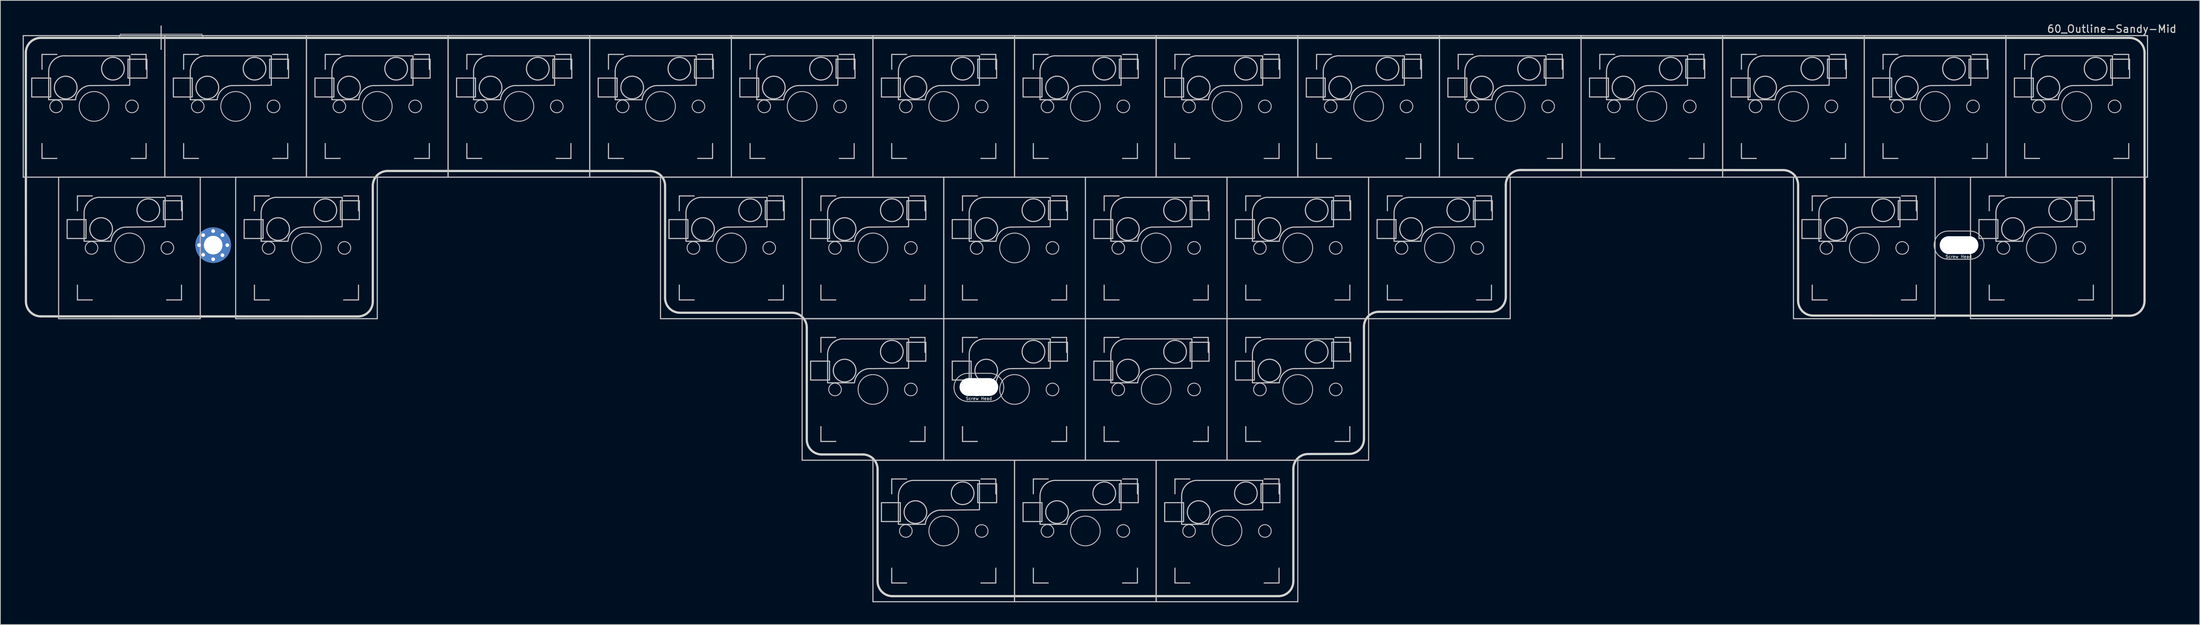
<source format=kicad_pcb>
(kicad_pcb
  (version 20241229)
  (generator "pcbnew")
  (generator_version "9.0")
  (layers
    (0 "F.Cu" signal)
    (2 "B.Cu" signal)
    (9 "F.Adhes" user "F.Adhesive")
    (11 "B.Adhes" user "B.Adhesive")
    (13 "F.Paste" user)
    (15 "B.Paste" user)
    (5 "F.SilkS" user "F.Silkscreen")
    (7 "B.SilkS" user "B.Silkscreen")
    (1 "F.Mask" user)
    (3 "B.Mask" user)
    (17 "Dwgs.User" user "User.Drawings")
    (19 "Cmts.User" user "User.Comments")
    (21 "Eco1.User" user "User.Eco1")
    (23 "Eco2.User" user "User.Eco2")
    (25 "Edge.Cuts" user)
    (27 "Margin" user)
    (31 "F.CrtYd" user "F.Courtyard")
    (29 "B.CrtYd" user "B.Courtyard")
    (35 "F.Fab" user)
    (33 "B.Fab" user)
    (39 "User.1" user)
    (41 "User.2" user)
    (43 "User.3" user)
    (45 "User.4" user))
  (footprint "60_Outline-Sandy-Mid"
    (layer "F.Cu")
    (at 142.925 49.348)
    (property "Reference" "60_Outline-Sandy-Mid" (at 138.1 -48.5 0) (layer "Edge.Cuts") (effects (font (size 1 1) (thickness 0.15))))
    (attr through_hole)
    (fp_line (start -142.85 -47.6) (end -123.8 -47.6) (stroke (width 0.15) (type solid)) (layer "Dwgs.User"))
    (fp_line (start -142.85 -28.55) (end -142.85 -47.6) (stroke (width 0.15) (type solid)) (layer "Dwgs.User"))
    (fp_line (start -141.707 -41.885) (end -141.707 -39.345) (stroke (width 0.15) (type solid)) (layer "Dwgs.User"))
    (fp_line (start -141.707 -39.345) (end -139.167 -39.345) (stroke (width 0.15) (type solid)) (layer "Dwgs.User"))
    (fp_line (start -140.325 -45.075) (end -140.325 -43.075) (stroke (width 0.15) (type solid)) (layer "Dwgs.User"))
    (fp_line (start -140.325 -33.075) (end -140.325 -31.075) (stroke (width 0.15) (type solid)) (layer "Dwgs.User"))
    (fp_line (start -140.325 -31.075) (end -138.325 -31.075) (stroke (width 0.15) (type solid)) (layer "Dwgs.User"))
    (fp_line (start -139.425 -42.925) (end -139.425 -38.98) (stroke (width 0.15) (type solid)) (layer "Dwgs.User"))
    (fp_line (start -139.425 -38.971) (end -135.815 -38.971) (stroke (width 0.15) (type solid)) (layer "Dwgs.User"))
    (fp_line (start -139.167 -41.885) (end -141.707 -41.885) (stroke (width 0.15) (type solid)) (layer "Dwgs.User"))
    (fp_line (start -139.167 -39.345) (end -139.167 -41.885) (stroke (width 0.15) (type solid)) (layer "Dwgs.User"))
    (fp_line (start -138.325 -45.075) (end -140.325 -45.075) (stroke (width 0.15) (type solid)) (layer "Dwgs.User"))
    (fp_line (start -138.088 -28.55) (end -119.037 -28.55) (stroke (width 0.15) (type solid)) (layer "Dwgs.User"))
    (fp_line (start -138.088 -9.5) (end -138.088 -28.55) (stroke (width 0.15) (type solid)) (layer "Dwgs.User"))
    (fp_line (start -136.945 -22.835) (end -136.945 -20.295) (stroke (width 0.15) (type solid)) (layer "Dwgs.User"))
    (fp_line (start -136.945 -20.295) (end -134.405 -20.295) (stroke (width 0.15) (type solid)) (layer "Dwgs.User"))
    (fp_line (start -135.562 -26.025) (end -135.562 -24.025) (stroke (width 0.15) (type solid)) (layer "Dwgs.User"))
    (fp_line (start -135.562 -14.025) (end -135.562 -12.025) (stroke (width 0.15) (type solid)) (layer "Dwgs.User"))
    (fp_line (start -135.562 -12.025) (end -133.562 -12.025) (stroke (width 0.15) (type solid)) (layer "Dwgs.User"))
    (fp_line (start -134.662 -23.875) (end -134.662 -19.93) (stroke (width 0.15) (type solid)) (layer "Dwgs.User"))
    (fp_line (start -134.662 -19.921) (end -131.053 -19.921) (stroke (width 0.15) (type solid)) (layer "Dwgs.User"))
    (fp_line (start -134.405 -22.835) (end -136.945 -22.835) (stroke (width 0.15) (type solid)) (layer "Dwgs.User"))
    (fp_line (start -134.405 -20.295) (end -134.405 -22.835) (stroke (width 0.15) (type solid)) (layer "Dwgs.User"))
    (fp_line (start -133.562 -26.025) (end -135.562 -26.025) (stroke (width 0.15) (type solid)) (layer "Dwgs.User"))
    (fp_line (start -129.8 -47.8) (end -118.8 -47.8) (stroke (width 0.1) (type solid)) (layer "Dwgs.User"))
    (fp_line (start -128.753 -44.425) (end -126.213 -44.425) (stroke (width 0.15) (type solid)) (layer "Dwgs.User"))
    (fp_line (start -128.753 -41.885) (end -128.753 -44.425) (stroke (width 0.15) (type solid)) (layer "Dwgs.User"))
    (fp_line (start -128.525 -44.879) (end -137.15 -44.879) (stroke (width 0.15) (type solid)) (layer "Dwgs.User"))
    (fp_line (start -128.525 -40.971) (end -128.525 -44.879) (stroke (width 0.15) (type solid)) (layer "Dwgs.User"))
    (fp_line (start -128.525 -40.925) (end -133.575 -40.879) (stroke (width 0.15) (type solid)) (layer "Dwgs.User"))
    (fp_line (start -128.325 -45.075) (end -126.325 -45.075) (stroke (width 0.15) (type solid)) (layer "Dwgs.User"))
    (fp_line (start -128.325 -31.075) (end -126.325 -31.075) (stroke (width 0.15) (type solid)) (layer "Dwgs.User"))
    (fp_line (start -126.325 -45.075) (end -126.325 -43.075) (stroke (width 0.15) (type solid)) (layer "Dwgs.User"))
    (fp_line (start -126.325 -31.075) (end -126.325 -33.075) (stroke (width 0.15) (type solid)) (layer "Dwgs.User"))
    (fp_line (start -126.213 -44.425) (end -126.213 -41.885) (stroke (width 0.15) (type solid)) (layer "Dwgs.User"))
    (fp_line (start -126.213 -41.885) (end -128.753 -41.885) (stroke (width 0.15) (type solid)) (layer "Dwgs.User"))
    (fp_line (start -124.3 -48.9) (end -124.3 -45.75) (stroke (width 0.15) (type solid)) (layer "Dwgs.User"))
    (fp_line (start -123.99 -25.375) (end -121.451 -25.375) (stroke (width 0.15) (type solid)) (layer "Dwgs.User"))
    (fp_line (start -123.99 -22.835) (end -123.99 -25.375) (stroke (width 0.15) (type solid)) (layer "Dwgs.User"))
    (fp_line (start -123.8 -47.6) (end -123.8 -28.55) (stroke (width 0.15) (type solid)) (layer "Dwgs.User"))
    (fp_line (start -123.8 -47.6) (end -104.75 -47.6) (stroke (width 0.15) (type solid)) (layer "Dwgs.User"))
    (fp_line (start -123.8 -28.55) (end -142.85 -28.55) (stroke (width 0.15) (type solid)) (layer "Dwgs.User"))
    (fp_line (start -123.8 -28.55) (end -123.8 -47.6) (stroke (width 0.15) (type solid)) (layer "Dwgs.User"))
    (fp_line (start -123.763 -25.829) (end -132.387 -25.829) (stroke (width 0.15) (type solid)) (layer "Dwgs.User"))
    (fp_line (start -123.763 -21.921) (end -123.763 -25.829) (stroke (width 0.15) (type solid)) (layer "Dwgs.User"))
    (fp_line (start -123.763 -21.875) (end -128.812 -21.829) (stroke (width 0.15) (type solid)) (layer "Dwgs.User"))
    (fp_line (start -123.562 -26.025) (end -121.562 -26.025) (stroke (width 0.15) (type solid)) (layer "Dwgs.User"))
    (fp_line (start -123.562 -12.025) (end -121.562 -12.025) (stroke (width 0.15) (type solid)) (layer "Dwgs.User"))
    (fp_line (start -122.657 -41.885) (end -122.657 -39.345) (stroke (width 0.15) (type solid)) (layer "Dwgs.User"))
    (fp_line (start -122.657 -39.345) (end -120.117 -39.345) (stroke (width 0.15) (type solid)) (layer "Dwgs.User"))
    (fp_line (start -121.562 -26.025) (end -121.562 -24.025) (stroke (width 0.15) (type solid)) (layer "Dwgs.User"))
    (fp_line (start -121.562 -12.025) (end -121.562 -14.025) (stroke (width 0.15) (type solid)) (layer "Dwgs.User"))
    (fp_line (start -121.451 -25.375) (end -121.451 -22.835) (stroke (width 0.15) (type solid)) (layer "Dwgs.User"))
    (fp_line (start -121.451 -22.835) (end -123.99 -22.835) (stroke (width 0.15) (type solid)) (layer "Dwgs.User"))
    (fp_line (start -121.275 -45.075) (end -121.275 -43.075) (stroke (width 0.15) (type solid)) (layer "Dwgs.User"))
    (fp_line (start -121.275 -33.075) (end -121.275 -31.075) (stroke (width 0.15) (type solid)) (layer "Dwgs.User"))
    (fp_line (start -121.275 -31.075) (end -119.275 -31.075) (stroke (width 0.15) (type solid)) (layer "Dwgs.User"))
    (fp_line (start -120.375 -42.925) (end -120.375 -38.98) (stroke (width 0.15) (type solid)) (layer "Dwgs.User"))
    (fp_line (start -120.375 -38.971) (end -116.765 -38.971) (stroke (width 0.15) (type solid)) (layer "Dwgs.User"))
    (fp_line (start -120.117 -41.885) (end -122.657 -41.885) (stroke (width 0.15) (type solid)) (layer "Dwgs.User"))
    (fp_line (start -120.117 -39.345) (end -120.117 -41.885) (stroke (width 0.15) (type solid)) (layer "Dwgs.User"))
    (fp_line (start -119.275 -45.075) (end -121.275 -45.075) (stroke (width 0.15) (type solid)) (layer "Dwgs.User"))
    (fp_line (start -119.037 -28.55) (end -119.037 -9.5) (stroke (width 0.15) (type solid)) (layer "Dwgs.User"))
    (fp_line (start -119.037 -9.5) (end -138.088 -9.5) (stroke (width 0.15) (type solid)) (layer "Dwgs.User"))
    (fp_line (start -114.275 -28.55) (end -95.225 -28.55) (stroke (width 0.15) (type solid)) (layer "Dwgs.User"))
    (fp_line (start -114.275 -9.5) (end -114.275 -28.55) (stroke (width 0.15) (type solid)) (layer "Dwgs.User"))
    (fp_line (start -113.132 -22.835) (end -113.132 -20.295) (stroke (width 0.15) (type solid)) (layer "Dwgs.User"))
    (fp_line (start -113.132 -20.295) (end -110.592 -20.295) (stroke (width 0.15) (type solid)) (layer "Dwgs.User"))
    (fp_line (start -111.75 -26.025) (end -111.75 -24.025) (stroke (width 0.15) (type solid)) (layer "Dwgs.User"))
    (fp_line (start -111.75 -14.025) (end -111.75 -12.025) (stroke (width 0.15) (type solid)) (layer "Dwgs.User"))
    (fp_line (start -111.75 -12.025) (end -109.75 -12.025) (stroke (width 0.15) (type solid)) (layer "Dwgs.User"))
    (fp_line (start -110.85 -23.875) (end -110.85 -19.93) (stroke (width 0.15) (type solid)) (layer "Dwgs.User"))
    (fp_line (start -110.85 -19.921) (end -107.24 -19.921) (stroke (width 0.15) (type solid)) (layer "Dwgs.User"))
    (fp_line (start -110.592 -22.835) (end -113.132 -22.835) (stroke (width 0.15) (type solid)) (layer "Dwgs.User"))
    (fp_line (start -110.592 -20.295) (end -110.592 -22.835) (stroke (width 0.15) (type solid)) (layer "Dwgs.User"))
    (fp_line (start -109.75 -26.025) (end -111.75 -26.025) (stroke (width 0.15) (type solid)) (layer "Dwgs.User"))
    (fp_line (start -109.703 -44.425) (end -107.163 -44.425) (stroke (width 0.15) (type solid)) (layer "Dwgs.User"))
    (fp_line (start -109.703 -41.885) (end -109.703 -44.425) (stroke (width 0.15) (type solid)) (layer "Dwgs.User"))
    (fp_line (start -109.475 -44.879) (end -118.1 -44.879) (stroke (width 0.15) (type solid)) (layer "Dwgs.User"))
    (fp_line (start -109.475 -40.971) (end -109.475 -44.879) (stroke (width 0.15) (type solid)) (layer "Dwgs.User"))
    (fp_line (start -109.475 -40.925) (end -114.525 -40.879) (stroke (width 0.15) (type solid)) (layer "Dwgs.User"))
    (fp_line (start -109.275 -45.075) (end -107.275 -45.075) (stroke (width 0.15) (type solid)) (layer "Dwgs.User"))
    (fp_line (start -109.275 -31.075) (end -107.275 -31.075) (stroke (width 0.15) (type solid)) (layer "Dwgs.User"))
    (fp_line (start -107.275 -45.075) (end -107.275 -43.075) (stroke (width 0.15) (type solid)) (layer "Dwgs.User"))
    (fp_line (start -107.275 -31.075) (end -107.275 -33.075) (stroke (width 0.15) (type solid)) (layer "Dwgs.User"))
    (fp_line (start -107.163 -44.425) (end -107.163 -41.885) (stroke (width 0.15) (type solid)) (layer "Dwgs.User"))
    (fp_line (start -107.163 -41.885) (end -109.703 -41.885) (stroke (width 0.15) (type solid)) (layer "Dwgs.User"))
    (fp_line (start -104.75 -47.6) (end -104.75 -28.55) (stroke (width 0.15) (type solid)) (layer "Dwgs.User"))
    (fp_line (start -104.75 -47.6) (end -85.7 -47.6) (stroke (width 0.15) (type solid)) (layer "Dwgs.User"))
    (fp_line (start -104.75 -28.55) (end -123.8 -28.55) (stroke (width 0.15) (type solid)) (layer "Dwgs.User"))
    (fp_line (start -104.75 -28.55) (end -104.75 -47.6) (stroke (width 0.15) (type solid)) (layer "Dwgs.User"))
    (fp_line (start -103.607 -41.885) (end -103.607 -39.345) (stroke (width 0.15) (type solid)) (layer "Dwgs.User"))
    (fp_line (start -103.607 -39.345) (end -101.067 -39.345) (stroke (width 0.15) (type solid)) (layer "Dwgs.User"))
    (fp_line (start -102.225 -45.075) (end -102.225 -43.075) (stroke (width 0.15) (type solid)) (layer "Dwgs.User"))
    (fp_line (start -102.225 -33.075) (end -102.225 -31.075) (stroke (width 0.15) (type solid)) (layer "Dwgs.User"))
    (fp_line (start -102.225 -31.075) (end -100.225 -31.075) (stroke (width 0.15) (type solid)) (layer "Dwgs.User"))
    (fp_line (start -101.325 -42.925) (end -101.325 -38.98) (stroke (width 0.15) (type solid)) (layer "Dwgs.User"))
    (fp_line (start -101.325 -38.971) (end -97.715 -38.971) (stroke (width 0.15) (type solid)) (layer "Dwgs.User"))
    (fp_line (start -101.067 -41.885) (end -103.607 -41.885) (stroke (width 0.15) (type solid)) (layer "Dwgs.User"))
    (fp_line (start -101.067 -39.345) (end -101.067 -41.885) (stroke (width 0.15) (type solid)) (layer "Dwgs.User"))
    (fp_line (start -100.225 -45.075) (end -102.225 -45.075) (stroke (width 0.15) (type solid)) (layer "Dwgs.User"))
    (fp_line (start -100.178 -25.375) (end -97.638 -25.375) (stroke (width 0.15) (type solid)) (layer "Dwgs.User"))
    (fp_line (start -100.178 -22.835) (end -100.178 -25.375) (stroke (width 0.15) (type solid)) (layer "Dwgs.User"))
    (fp_line (start -99.95 -25.829) (end -108.575 -25.829) (stroke (width 0.15) (type solid)) (layer "Dwgs.User"))
    (fp_line (start -99.95 -21.921) (end -99.95 -25.829) (stroke (width 0.15) (type solid)) (layer "Dwgs.User"))
    (fp_line (start -99.95 -21.875) (end -105 -21.829) (stroke (width 0.15) (type solid)) (layer "Dwgs.User"))
    (fp_line (start -99.75 -26.025) (end -97.75 -26.025) (stroke (width 0.15) (type solid)) (layer "Dwgs.User"))
    (fp_line (start -99.75 -12.025) (end -97.75 -12.025) (stroke (width 0.15) (type solid)) (layer "Dwgs.User"))
    (fp_line (start -97.75 -26.025) (end -97.75 -24.025) (stroke (width 0.15) (type solid)) (layer "Dwgs.User"))
    (fp_line (start -97.75 -12.025) (end -97.75 -14.025) (stroke (width 0.15) (type solid)) (layer "Dwgs.User"))
    (fp_line (start -97.638 -25.375) (end -97.638 -22.835) (stroke (width 0.15) (type solid)) (layer "Dwgs.User"))
    (fp_line (start -97.638 -22.835) (end -100.178 -22.835) (stroke (width 0.15) (type solid)) (layer "Dwgs.User"))
    (fp_line (start -95.225 -28.55) (end -95.225 -9.5) (stroke (width 0.15) (type solid)) (layer "Dwgs.User"))
    (fp_line (start -95.225 -9.5) (end -114.275 -9.5) (stroke (width 0.15) (type solid)) (layer "Dwgs.User"))
    (fp_line (start -90.653 -44.425) (end -88.113 -44.425) (stroke (width 0.15) (type solid)) (layer "Dwgs.User"))
    (fp_line (start -90.653 -41.885) (end -90.653 -44.425) (stroke (width 0.15) (type solid)) (layer "Dwgs.User"))
    (fp_line (start -90.425 -44.879) (end -99.05 -44.879) (stroke (width 0.15) (type solid)) (layer "Dwgs.User"))
    (fp_line (start -90.425 -40.971) (end -90.425 -44.879) (stroke (width 0.15) (type solid)) (layer "Dwgs.User"))
    (fp_line (start -90.425 -40.925) (end -95.475 -40.879) (stroke (width 0.15) (type solid)) (layer "Dwgs.User"))
    (fp_line (start -90.225 -45.075) (end -88.225 -45.075) (stroke (width 0.15) (type solid)) (layer "Dwgs.User"))
    (fp_line (start -90.225 -31.075) (end -88.225 -31.075) (stroke (width 0.15) (type solid)) (layer "Dwgs.User"))
    (fp_line (start -88.225 -45.075) (end -88.225 -43.075) (stroke (width 0.15) (type solid)) (layer "Dwgs.User"))
    (fp_line (start -88.225 -31.075) (end -88.225 -33.075) (stroke (width 0.15) (type solid)) (layer "Dwgs.User"))
    (fp_line (start -88.113 -44.425) (end -88.113 -41.885) (stroke (width 0.15) (type solid)) (layer "Dwgs.User"))
    (fp_line (start -88.113 -41.885) (end -90.653 -41.885) (stroke (width 0.15) (type solid)) (layer "Dwgs.User"))
    (fp_line (start -85.7 -47.6) (end -85.7 -28.55) (stroke (width 0.15) (type solid)) (layer "Dwgs.User"))
    (fp_line (start -85.7 -47.6) (end -66.65 -47.6) (stroke (width 0.15) (type solid)) (layer "Dwgs.User"))
    (fp_line (start -85.7 -28.55) (end -104.75 -28.55) (stroke (width 0.15) (type solid)) (layer "Dwgs.User"))
    (fp_line (start -85.7 -28.55) (end -85.7 -47.6) (stroke (width 0.15) (type solid)) (layer "Dwgs.User"))
    (fp_line (start -84.557 -41.885) (end -84.557 -39.345) (stroke (width 0.15) (type solid)) (layer "Dwgs.User"))
    (fp_line (start -84.557 -39.345) (end -82.017 -39.345) (stroke (width 0.15) (type solid)) (layer "Dwgs.User"))
    (fp_line (start -83.175 -45.075) (end -83.175 -43.075) (stroke (width 0.15) (type solid)) (layer "Dwgs.User"))
    (fp_line (start -83.175 -33.075) (end -83.175 -31.075) (stroke (width 0.15) (type solid)) (layer "Dwgs.User"))
    (fp_line (start -83.175 -31.075) (end -81.175 -31.075) (stroke (width 0.15) (type solid)) (layer "Dwgs.User"))
    (fp_line (start -82.275 -42.925) (end -82.275 -38.98) (stroke (width 0.15) (type solid)) (layer "Dwgs.User"))
    (fp_line (start -82.275 -38.971) (end -78.665 -38.971) (stroke (width 0.15) (type solid)) (layer "Dwgs.User"))
    (fp_line (start -82.017 -41.885) (end -84.557 -41.885) (stroke (width 0.15) (type solid)) (layer "Dwgs.User"))
    (fp_line (start -82.017 -39.345) (end -82.017 -41.885) (stroke (width 0.15) (type solid)) (layer "Dwgs.User"))
    (fp_line (start -81.175 -45.075) (end -83.175 -45.075) (stroke (width 0.15) (type solid)) (layer "Dwgs.User"))
    (fp_line (start -71.603 -44.425) (end -69.063 -44.425) (stroke (width 0.15) (type solid)) (layer "Dwgs.User"))
    (fp_line (start -71.603 -41.885) (end -71.603 -44.425) (stroke (width 0.15) (type solid)) (layer "Dwgs.User"))
    (fp_line (start -71.375 -44.879) (end -80 -44.879) (stroke (width 0.15) (type solid)) (layer "Dwgs.User"))
    (fp_line (start -71.375 -40.971) (end -71.375 -44.879) (stroke (width 0.15) (type solid)) (layer "Dwgs.User"))
    (fp_line (start -71.375 -40.925) (end -76.425 -40.879) (stroke (width 0.15) (type solid)) (layer "Dwgs.User"))
    (fp_line (start -71.175 -45.075) (end -69.175 -45.075) (stroke (width 0.15) (type solid)) (layer "Dwgs.User"))
    (fp_line (start -71.175 -31.075) (end -69.175 -31.075) (stroke (width 0.15) (type solid)) (layer "Dwgs.User"))
    (fp_line (start -69.175 -45.075) (end -69.175 -43.075) (stroke (width 0.15) (type solid)) (layer "Dwgs.User"))
    (fp_line (start -69.175 -31.075) (end -69.175 -33.075) (stroke (width 0.15) (type solid)) (layer "Dwgs.User"))
    (fp_line (start -69.063 -44.425) (end -69.063 -41.885) (stroke (width 0.15) (type solid)) (layer "Dwgs.User"))
    (fp_line (start -69.063 -41.885) (end -71.603 -41.885) (stroke (width 0.15) (type solid)) (layer "Dwgs.User"))
    (fp_line (start -66.65 -47.6) (end -66.65 -28.55) (stroke (width 0.15) (type solid)) (layer "Dwgs.User"))
    (fp_line (start -66.65 -47.6) (end -47.6 -47.6) (stroke (width 0.15) (type solid)) (layer "Dwgs.User"))
    (fp_line (start -66.65 -28.55) (end -85.7 -28.55) (stroke (width 0.15) (type solid)) (layer "Dwgs.User"))
    (fp_line (start -66.65 -28.55) (end -66.65 -47.6) (stroke (width 0.15) (type solid)) (layer "Dwgs.User"))
    (fp_line (start -65.507 -41.885) (end -65.507 -39.345) (stroke (width 0.15) (type solid)) (layer "Dwgs.User"))
    (fp_line (start -65.507 -39.345) (end -62.967 -39.345) (stroke (width 0.15) (type solid)) (layer "Dwgs.User"))
    (fp_line (start -64.125 -45.075) (end -64.125 -43.075) (stroke (width 0.15) (type solid)) (layer "Dwgs.User"))
    (fp_line (start -64.125 -33.075) (end -64.125 -31.075) (stroke (width 0.15) (type solid)) (layer "Dwgs.User"))
    (fp_line (start -64.125 -31.075) (end -62.125 -31.075) (stroke (width 0.15) (type solid)) (layer "Dwgs.User"))
    (fp_line (start -63.225 -42.925) (end -63.225 -38.98) (stroke (width 0.15) (type solid)) (layer "Dwgs.User"))
    (fp_line (start -63.225 -38.971) (end -59.615 -38.971) (stroke (width 0.15) (type solid)) (layer "Dwgs.User"))
    (fp_line (start -62.967 -41.885) (end -65.507 -41.885) (stroke (width 0.15) (type solid)) (layer "Dwgs.User"))
    (fp_line (start -62.967 -39.345) (end -62.967 -41.885) (stroke (width 0.15) (type solid)) (layer "Dwgs.User"))
    (fp_line (start -62.125 -45.075) (end -64.125 -45.075) (stroke (width 0.15) (type solid)) (layer "Dwgs.User"))
    (fp_line (start -57.125 -28.55) (end -38.075 -28.55) (stroke (width 0.15) (type solid)) (layer "Dwgs.User"))
    (fp_line (start -57.125 -9.5) (end -57.125 -28.55) (stroke (width 0.15) (type solid)) (layer "Dwgs.User"))
    (fp_line (start -55.982 -22.835) (end -55.982 -20.295) (stroke (width 0.15) (type solid)) (layer "Dwgs.User"))
    (fp_line (start -55.982 -20.295) (end -53.442 -20.295) (stroke (width 0.15) (type solid)) (layer "Dwgs.User"))
    (fp_line (start -54.6 -26.025) (end -54.6 -24.025) (stroke (width 0.15) (type solid)) (layer "Dwgs.User"))
    (fp_line (start -54.6 -14.025) (end -54.6 -12.025) (stroke (width 0.15) (type solid)) (layer "Dwgs.User"))
    (fp_line (start -54.6 -12.025) (end -52.6 -12.025) (stroke (width 0.15) (type solid)) (layer "Dwgs.User"))
    (fp_line (start -53.7 -23.875) (end -53.7 -19.93) (stroke (width 0.15) (type solid)) (layer "Dwgs.User"))
    (fp_line (start -53.7 -19.921) (end -50.09 -19.921) (stroke (width 0.15) (type solid)) (layer "Dwgs.User"))
    (fp_line (start -53.442 -22.835) (end -55.982 -22.835) (stroke (width 0.15) (type solid)) (layer "Dwgs.User"))
    (fp_line (start -53.442 -20.295) (end -53.442 -22.835) (stroke (width 0.15) (type solid)) (layer "Dwgs.User"))
    (fp_line (start -52.6 -26.025) (end -54.6 -26.025) (stroke (width 0.15) (type solid)) (layer "Dwgs.User"))
    (fp_line (start -52.553 -44.425) (end -50.013 -44.425) (stroke (width 0.15) (type solid)) (layer "Dwgs.User"))
    (fp_line (start -52.553 -41.885) (end -52.553 -44.425) (stroke (width 0.15) (type solid)) (layer "Dwgs.User"))
    (fp_line (start -52.325 -44.879) (end -60.95 -44.879) (stroke (width 0.15) (type solid)) (layer "Dwgs.User"))
    (fp_line (start -52.325 -40.971) (end -52.325 -44.879) (stroke (width 0.15) (type solid)) (layer "Dwgs.User"))
    (fp_line (start -52.325 -40.925) (end -57.375 -40.879) (stroke (width 0.15) (type solid)) (layer "Dwgs.User"))
    (fp_line (start -52.125 -45.075) (end -50.125 -45.075) (stroke (width 0.15) (type solid)) (layer "Dwgs.User"))
    (fp_line (start -52.125 -31.075) (end -50.125 -31.075) (stroke (width 0.15) (type solid)) (layer "Dwgs.User"))
    (fp_line (start -50.125 -45.075) (end -50.125 -43.075) (stroke (width 0.15) (type solid)) (layer "Dwgs.User"))
    (fp_line (start -50.125 -31.075) (end -50.125 -33.075) (stroke (width 0.15) (type solid)) (layer "Dwgs.User"))
    (fp_line (start -50.013 -44.425) (end -50.013 -41.885) (stroke (width 0.15) (type solid)) (layer "Dwgs.User"))
    (fp_line (start -50.013 -41.885) (end -52.553 -41.885) (stroke (width 0.15) (type solid)) (layer "Dwgs.User"))
    (fp_line (start -47.6 -47.6) (end -47.6 -28.55) (stroke (width 0.15) (type solid)) (layer "Dwgs.User"))
    (fp_line (start -47.6 -47.6) (end -28.55 -47.6) (stroke (width 0.15) (type solid)) (layer "Dwgs.User"))
    (fp_line (start -47.6 -28.55) (end -66.65 -28.55) (stroke (width 0.15) (type solid)) (layer "Dwgs.User"))
    (fp_line (start -47.6 -28.55) (end -47.6 -47.6) (stroke (width 0.15) (type solid)) (layer "Dwgs.User"))
    (fp_line (start -46.457 -41.885) (end -46.457 -39.345) (stroke (width 0.15) (type solid)) (layer "Dwgs.User"))
    (fp_line (start -46.457 -39.345) (end -43.917 -39.345) (stroke (width 0.15) (type solid)) (layer "Dwgs.User"))
    (fp_line (start -45.075 -45.075) (end -45.075 -43.075) (stroke (width 0.15) (type solid)) (layer "Dwgs.User"))
    (fp_line (start -45.075 -33.075) (end -45.075 -31.075) (stroke (width 0.15) (type solid)) (layer "Dwgs.User"))
    (fp_line (start -45.075 -31.075) (end -43.075 -31.075) (stroke (width 0.15) (type solid)) (layer "Dwgs.User"))
    (fp_line (start -44.175 -42.925) (end -44.175 -38.98) (stroke (width 0.15) (type solid)) (layer "Dwgs.User"))
    (fp_line (start -44.175 -38.971) (end -40.565 -38.971) (stroke (width 0.15) (type solid)) (layer "Dwgs.User"))
    (fp_line (start -43.917 -41.885) (end -46.457 -41.885) (stroke (width 0.15) (type solid)) (layer "Dwgs.User"))
    (fp_line (start -43.917 -39.345) (end -43.917 -41.885) (stroke (width 0.15) (type solid)) (layer "Dwgs.User"))
    (fp_line (start -43.075 -45.075) (end -45.075 -45.075) (stroke (width 0.15) (type solid)) (layer "Dwgs.User"))
    (fp_line (start -43.028 -25.375) (end -40.488 -25.375) (stroke (width 0.15) (type solid)) (layer "Dwgs.User"))
    (fp_line (start -43.028 -22.835) (end -43.028 -25.375) (stroke (width 0.15) (type solid)) (layer "Dwgs.User"))
    (fp_line (start -42.8 -25.829) (end -51.425 -25.829) (stroke (width 0.15) (type solid)) (layer "Dwgs.User"))
    (fp_line (start -42.8 -21.921) (end -42.8 -25.829) (stroke (width 0.15) (type solid)) (layer "Dwgs.User"))
    (fp_line (start -42.8 -21.875) (end -47.85 -21.829) (stroke (width 0.15) (type solid)) (layer "Dwgs.User"))
    (fp_line (start -42.6 -26.025) (end -40.6 -26.025) (stroke (width 0.15) (type solid)) (layer "Dwgs.User"))
    (fp_line (start -42.6 -12.025) (end -40.6 -12.025) (stroke (width 0.15) (type solid)) (layer "Dwgs.User"))
    (fp_line (start -40.6 -26.025) (end -40.6 -24.025) (stroke (width 0.15) (type solid)) (layer "Dwgs.User"))
    (fp_line (start -40.6 -12.025) (end -40.6 -14.025) (stroke (width 0.15) (type solid)) (layer "Dwgs.User"))
    (fp_line (start -40.488 -25.375) (end -40.488 -22.835) (stroke (width 0.15) (type solid)) (layer "Dwgs.User"))
    (fp_line (start -40.488 -22.835) (end -43.028 -22.835) (stroke (width 0.15) (type solid)) (layer "Dwgs.User"))
    (fp_line (start -38.075 -28.55) (end -38.075 -9.5) (stroke (width 0.15) (type solid)) (layer "Dwgs.User"))
    (fp_line (start -38.075 -28.55) (end -19.025 -28.55) (stroke (width 0.15) (type solid)) (layer "Dwgs.User"))
    (fp_line (start -38.075 -9.5) (end -57.125 -9.5) (stroke (width 0.15) (type solid)) (layer "Dwgs.User"))
    (fp_line (start -38.075 -9.5) (end -38.075 -28.55) (stroke (width 0.15) (type solid)) (layer "Dwgs.User"))
    (fp_line (start -38.075 -9.5) (end -19.025 -9.5) (stroke (width 0.15) (type solid)) (layer "Dwgs.User"))
    (fp_line (start -38.075 9.55) (end -38.075 -9.5) (stroke (width 0.15) (type solid)) (layer "Dwgs.User"))
    (fp_line (start -36.932 -22.835) (end -36.932 -20.295) (stroke (width 0.15) (type solid)) (layer "Dwgs.User"))
    (fp_line (start -36.932 -20.295) (end -34.392 -20.295) (stroke (width 0.15) (type solid)) (layer "Dwgs.User"))
    (fp_line (start -36.932 -3.785) (end -36.932 -1.245) (stroke (width 0.15) (type solid)) (layer "Dwgs.User"))
    (fp_line (start -36.932 -1.245) (end -34.392 -1.245) (stroke (width 0.15) (type solid)) (layer "Dwgs.User"))
    (fp_line (start -35.55 -26.025) (end -35.55 -24.025) (stroke (width 0.15) (type solid)) (layer "Dwgs.User"))
    (fp_line (start -35.55 -14.025) (end -35.55 -12.025) (stroke (width 0.15) (type solid)) (layer "Dwgs.User"))
    (fp_line (start -35.55 -12.025) (end -33.55 -12.025) (stroke (width 0.15) (type solid)) (layer "Dwgs.User"))
    (fp_line (start -35.55 -6.975) (end -35.55 -4.975) (stroke (width 0.15) (type solid)) (layer "Dwgs.User"))
    (fp_line (start -35.55 5.025) (end -35.55 7.025) (stroke (width 0.15) (type solid)) (layer "Dwgs.User"))
    (fp_line (start -35.55 7.025) (end -33.55 7.025) (stroke (width 0.15) (type solid)) (layer "Dwgs.User"))
    (fp_line (start -34.65 -23.875) (end -34.65 -19.93) (stroke (width 0.15) (type solid)) (layer "Dwgs.User"))
    (fp_line (start -34.65 -19.921) (end -31.04 -19.921) (stroke (width 0.15) (type solid)) (layer "Dwgs.User"))
    (fp_line (start -34.65 -4.825) (end -34.65 -0.88) (stroke (width 0.15) (type solid)) (layer "Dwgs.User"))
    (fp_line (start -34.65 -0.871) (end -31.04 -0.871) (stroke (width 0.15) (type solid)) (layer "Dwgs.User"))
    (fp_line (start -34.392 -22.835) (end -36.932 -22.835) (stroke (width 0.15) (type solid)) (layer "Dwgs.User"))
    (fp_line (start -34.392 -20.295) (end -34.392 -22.835) (stroke (width 0.15) (type solid)) (layer "Dwgs.User"))
    (fp_line (start -34.392 -3.785) (end -36.932 -3.785) (stroke (width 0.15) (type solid)) (layer "Dwgs.User"))
    (fp_line (start -34.392 -1.245) (end -34.392 -3.785) (stroke (width 0.15) (type solid)) (layer "Dwgs.User"))
    (fp_line (start -33.55 -26.025) (end -35.55 -26.025) (stroke (width 0.15) (type solid)) (layer "Dwgs.User"))
    (fp_line (start -33.55 -6.975) (end -35.55 -6.975) (stroke (width 0.15) (type solid)) (layer "Dwgs.User"))
    (fp_line (start -33.503 -44.425) (end -30.963 -44.425) (stroke (width 0.15) (type solid)) (layer "Dwgs.User"))
    (fp_line (start -33.503 -41.885) (end -33.503 -44.425) (stroke (width 0.15) (type solid)) (layer "Dwgs.User"))
    (fp_line (start -33.275 -44.879) (end -41.9 -44.879) (stroke (width 0.15) (type solid)) (layer "Dwgs.User"))
    (fp_line (start -33.275 -40.971) (end -33.275 -44.879) (stroke (width 0.15) (type solid)) (layer "Dwgs.User"))
    (fp_line (start -33.275 -40.925) (end -38.325 -40.879) (stroke (width 0.15) (type solid)) (layer "Dwgs.User"))
    (fp_line (start -33.075 -45.075) (end -31.075 -45.075) (stroke (width 0.15) (type solid)) (layer "Dwgs.User"))
    (fp_line (start -33.075 -31.075) (end -31.075 -31.075) (stroke (width 0.15) (type solid)) (layer "Dwgs.User"))
    (fp_line (start -31.075 -45.075) (end -31.075 -43.075) (stroke (width 0.15) (type solid)) (layer "Dwgs.User"))
    (fp_line (start -31.075 -31.075) (end -31.075 -33.075) (stroke (width 0.15) (type solid)) (layer "Dwgs.User"))
    (fp_line (start -30.963 -44.425) (end -30.963 -41.885) (stroke (width 0.15) (type solid)) (layer "Dwgs.User"))
    (fp_line (start -30.963 -41.885) (end -33.503 -41.885) (stroke (width 0.15) (type solid)) (layer "Dwgs.User"))
    (fp_line (start -28.55 -47.6) (end -28.55 -28.55) (stroke (width 0.15) (type solid)) (layer "Dwgs.User"))
    (fp_line (start -28.55 -47.6) (end -9.5 -47.6) (stroke (width 0.15) (type solid)) (layer "Dwgs.User"))
    (fp_line (start -28.55 -28.55) (end -47.6 -28.55) (stroke (width 0.15) (type solid)) (layer "Dwgs.User"))
    (fp_line (start -28.55 -28.55) (end -28.55 -47.6) (stroke (width 0.15) (type solid)) (layer "Dwgs.User"))
    (fp_line (start -28.55 9.55) (end -9.5 9.55) (stroke (width 0.15) (type solid)) (layer "Dwgs.User"))
    (fp_line (start -28.55 28.6) (end -28.55 9.55) (stroke (width 0.15) (type solid)) (layer "Dwgs.User"))
    (fp_line (start -27.407 -41.885) (end -27.407 -39.345) (stroke (width 0.15) (type solid)) (layer "Dwgs.User"))
    (fp_line (start -27.407 -39.345) (end -24.867 -39.345) (stroke (width 0.15) (type solid)) (layer "Dwgs.User"))
    (fp_line (start -27.407 15.265) (end -27.407 17.805) (stroke (width 0.15) (type solid)) (layer "Dwgs.User"))
    (fp_line (start -27.407 17.805) (end -24.867 17.805) (stroke (width 0.15) (type solid)) (layer "Dwgs.User"))
    (fp_line (start -26.025 -45.075) (end -26.025 -43.075) (stroke (width 0.15) (type solid)) (layer "Dwgs.User"))
    (fp_line (start -26.025 -33.075) (end -26.025 -31.075) (stroke (width 0.15) (type solid)) (layer "Dwgs.User"))
    (fp_line (start -26.025 -31.075) (end -24.025 -31.075) (stroke (width 0.15) (type solid)) (layer "Dwgs.User"))
    (fp_line (start -26.025 12.075) (end -26.025 14.075) (stroke (width 0.15) (type solid)) (layer "Dwgs.User"))
    (fp_line (start -26.025 24.075) (end -26.025 26.075) (stroke (width 0.15) (type solid)) (layer "Dwgs.User"))
    (fp_line (start -26.025 26.075) (end -24.025 26.075) (stroke (width 0.15) (type solid)) (layer "Dwgs.User"))
    (fp_line (start -25.125 -42.925) (end -25.125 -38.98) (stroke (width 0.15) (type solid)) (layer "Dwgs.User"))
    (fp_line (start -25.125 -38.971) (end -21.515 -38.971) (stroke (width 0.15) (type solid)) (layer "Dwgs.User"))
    (fp_line (start -25.125 14.225) (end -25.125 18.17) (stroke (width 0.15) (type solid)) (layer "Dwgs.User"))
    (fp_line (start -25.125 18.179) (end -21.515 18.179) (stroke (width 0.15) (type solid)) (layer "Dwgs.User"))
    (fp_line (start -24.867 -41.885) (end -27.407 -41.885) (stroke (width 0.15) (type solid)) (layer "Dwgs.User"))
    (fp_line (start -24.867 -39.345) (end -24.867 -41.885) (stroke (width 0.15) (type solid)) (layer "Dwgs.User"))
    (fp_line (start -24.867 15.265) (end -27.407 15.265) (stroke (width 0.15) (type solid)) (layer "Dwgs.User"))
    (fp_line (start -24.867 17.805) (end -24.867 15.265) (stroke (width 0.15) (type solid)) (layer "Dwgs.User"))
    (fp_line (start -24.025 -45.075) (end -26.025 -45.075) (stroke (width 0.15) (type solid)) (layer "Dwgs.User"))
    (fp_line (start -24.025 12.075) (end -26.025 12.075) (stroke (width 0.15) (type solid)) (layer "Dwgs.User"))
    (fp_line (start -23.978 -25.375) (end -21.438 -25.375) (stroke (width 0.15) (type solid)) (layer "Dwgs.User"))
    (fp_line (start -23.978 -22.835) (end -23.978 -25.375) (stroke (width 0.15) (type solid)) (layer "Dwgs.User"))
    (fp_line (start -23.978 -6.325) (end -21.438 -6.325) (stroke (width 0.15) (type solid)) (layer "Dwgs.User"))
    (fp_line (start -23.978 -3.785) (end -23.978 -6.325) (stroke (width 0.15) (type solid)) (layer "Dwgs.User"))
    (fp_line (start -23.75 -25.829) (end -32.375 -25.829) (stroke (width 0.15) (type solid)) (layer "Dwgs.User"))
    (fp_line (start -23.75 -21.921) (end -23.75 -25.829) (stroke (width 0.15) (type solid)) (layer "Dwgs.User"))
    (fp_line (start -23.75 -21.875) (end -28.8 -21.829) (stroke (width 0.15) (type solid)) (layer "Dwgs.User"))
    (fp_line (start -23.75 -6.779) (end -32.375 -6.779) (stroke (width 0.15) (type solid)) (layer "Dwgs.User"))
    (fp_line (start -23.75 -2.871) (end -23.75 -6.779) (stroke (width 0.15) (type solid)) (layer "Dwgs.User"))
    (fp_line (start -23.75 -2.825) (end -28.8 -2.779) (stroke (width 0.15) (type solid)) (layer "Dwgs.User"))
    (fp_line (start -23.55 -26.025) (end -21.55 -26.025) (stroke (width 0.15) (type solid)) (layer "Dwgs.User"))
    (fp_line (start -23.55 -12.025) (end -21.55 -12.025) (stroke (width 0.15) (type solid)) (layer "Dwgs.User"))
    (fp_line (start -23.55 -6.975) (end -21.55 -6.975) (stroke (width 0.15) (type solid)) (layer "Dwgs.User"))
    (fp_line (start -23.55 7.025) (end -21.55 7.025) (stroke (width 0.15) (type solid)) (layer "Dwgs.User"))
    (fp_line (start -21.55 -26.025) (end -21.55 -24.025) (stroke (width 0.15) (type solid)) (layer "Dwgs.User"))
    (fp_line (start -21.55 -12.025) (end -21.55 -14.025) (stroke (width 0.15) (type solid)) (layer "Dwgs.User"))
    (fp_line (start -21.55 -6.975) (end -21.55 -4.975) (stroke (width 0.15) (type solid)) (layer "Dwgs.User"))
    (fp_line (start -21.55 7.025) (end -21.55 5.025) (stroke (width 0.15) (type solid)) (layer "Dwgs.User"))
    (fp_line (start -21.438 -25.375) (end -21.438 -22.835) (stroke (width 0.15) (type solid)) (layer "Dwgs.User"))
    (fp_line (start -21.438 -22.835) (end -23.978 -22.835) (stroke (width 0.15) (type solid)) (layer "Dwgs.User"))
    (fp_line (start -21.438 -6.325) (end -21.438 -3.785) (stroke (width 0.15) (type solid)) (layer "Dwgs.User"))
    (fp_line (start -21.438 -3.785) (end -23.978 -3.785) (stroke (width 0.15) (type solid)) (layer "Dwgs.User"))
    (fp_line (start -19.025 -28.55) (end -19.025 -9.5) (stroke (width 0.15) (type solid)) (layer "Dwgs.User"))
    (fp_line (start -19.025 -28.55) (end 0.025 -28.55) (stroke (width 0.15) (type solid)) (layer "Dwgs.User"))
    (fp_line (start -19.025 -9.5) (end -38.075 -9.5) (stroke (width 0.15) (type solid)) (layer "Dwgs.User"))
    (fp_line (start -19.025 -9.5) (end -19.025 -28.55) (stroke (width 0.15) (type solid)) (layer "Dwgs.User"))
    (fp_line (start -19.025 -9.5) (end -19.025 9.55) (stroke (width 0.15) (type solid)) (layer "Dwgs.User"))
    (fp_line (start -19.025 -9.5) (end 0.025 -9.5) (stroke (width 0.15) (type solid)) (layer "Dwgs.User"))
    (fp_line (start -19.025 9.55) (end -38.075 9.55) (stroke (width 0.15) (type solid)) (layer "Dwgs.User"))
    (fp_line (start -19.025 9.55) (end -19.025 -9.5) (stroke (width 0.15) (type solid)) (layer "Dwgs.User"))
    (fp_line (start -17.882 -22.835) (end -17.882 -20.295) (stroke (width 0.15) (type solid)) (layer "Dwgs.User"))
    (fp_line (start -17.882 -20.295) (end -15.342 -20.295) (stroke (width 0.15) (type solid)) (layer "Dwgs.User"))
    (fp_line (start -17.882 -3.785) (end -17.882 -1.245) (stroke (width 0.15) (type solid)) (layer "Dwgs.User"))
    (fp_line (start -17.882 -1.245) (end -15.342 -1.245) (stroke (width 0.15) (type solid)) (layer "Dwgs.User"))
    (fp_line (start -16.5 -26.025) (end -16.5 -24.025) (stroke (width 0.15) (type solid)) (layer "Dwgs.User"))
    (fp_line (start -16.5 -14.025) (end -16.5 -12.025) (stroke (width 0.15) (type solid)) (layer "Dwgs.User"))
    (fp_line (start -16.5 -12.025) (end -14.5 -12.025) (stroke (width 0.15) (type solid)) (layer "Dwgs.User"))
    (fp_line (start -16.5 -6.975) (end -16.5 -4.975) (stroke (width 0.15) (type solid)) (layer "Dwgs.User"))
    (fp_line (start -16.5 5.025) (end -16.5 7.025) (stroke (width 0.15) (type solid)) (layer "Dwgs.User"))
    (fp_line (start -16.5 7.025) (end -14.5 7.025) (stroke (width 0.15) (type solid)) (layer "Dwgs.User"))
    (fp_line (start -15.75 -2.15) (end -12.85 -2.15) (stroke (width 0.12) (type solid)) (layer "Dwgs.User"))
    (fp_line (start -15.75 1.65) (end -12.85 1.65) (stroke (width 0.12) (type solid)) (layer "Dwgs.User"))
    (fp_line (start -15.6 -23.875) (end -15.6 -19.93) (stroke (width 0.15) (type solid)) (layer "Dwgs.User"))
    (fp_line (start -15.6 -19.921) (end -11.99 -19.921) (stroke (width 0.15) (type solid)) (layer "Dwgs.User"))
    (fp_line (start -15.6 -4.825) (end -15.6 -0.88) (stroke (width 0.15) (type solid)) (layer "Dwgs.User"))
    (fp_line (start -15.6 -0.871) (end -11.99 -0.871) (stroke (width 0.15) (type solid)) (layer "Dwgs.User"))
    (fp_line (start -15.342 -22.835) (end -17.882 -22.835) (stroke (width 0.15) (type solid)) (layer "Dwgs.User"))
    (fp_line (start -15.342 -20.295) (end -15.342 -22.835) (stroke (width 0.15) (type solid)) (layer "Dwgs.User"))
    (fp_line (start -15.342 -3.785) (end -17.882 -3.785) (stroke (width 0.15) (type solid)) (layer "Dwgs.User"))
    (fp_line (start -15.342 -1.245) (end -15.342 -3.785) (stroke (width 0.15) (type solid)) (layer "Dwgs.User"))
    (fp_line (start -14.5 -26.025) (end -16.5 -26.025) (stroke (width 0.15) (type solid)) (layer "Dwgs.User"))
    (fp_line (start -14.5 -6.975) (end -16.5 -6.975) (stroke (width 0.15) (type solid)) (layer "Dwgs.User"))
    (fp_line (start -14.453 -44.425) (end -11.913 -44.425) (stroke (width 0.15) (type solid)) (layer "Dwgs.User"))
    (fp_line (start -14.453 -41.885) (end -14.453 -44.425) (stroke (width 0.15) (type solid)) (layer "Dwgs.User"))
    (fp_line (start -14.453 12.725) (end -11.913 12.725) (stroke (width 0.15) (type solid)) (layer "Dwgs.User"))
    (fp_line (start -14.453 15.265) (end -14.453 12.725) (stroke (width 0.15) (type solid)) (layer "Dwgs.User"))
    (fp_line (start -14.225 -44.879) (end -22.85 -44.879) (stroke (width 0.15) (type solid)) (layer "Dwgs.User"))
    (fp_line (start -14.225 -40.971) (end -14.225 -44.879) (stroke (width 0.15) (type solid)) (layer "Dwgs.User"))
    (fp_line (start -14.225 -40.925) (end -19.275 -40.879) (stroke (width 0.15) (type solid)) (layer "Dwgs.User"))
    (fp_line (start -14.225 12.271) (end -22.85 12.271) (stroke (width 0.15) (type solid)) (layer "Dwgs.User"))
    (fp_line (start -14.225 16.179) (end -14.225 12.271) (stroke (width 0.15) (type solid)) (layer "Dwgs.User"))
    (fp_line (start -14.225 16.225) (end -19.275 16.271) (stroke (width 0.15) (type solid)) (layer "Dwgs.User"))
    (fp_line (start -14.025 -45.075) (end -12.025 -45.075) (stroke (width 0.15) (type solid)) (layer "Dwgs.User"))
    (fp_line (start -14.025 -31.075) (end -12.025 -31.075) (stroke (width 0.15) (type solid)) (layer "Dwgs.User"))
    (fp_line (start -14.025 12.075) (end -12.025 12.075) (stroke (width 0.15) (type solid)) (layer "Dwgs.User"))
    (fp_line (start -14.025 26.075) (end -12.025 26.075) (stroke (width 0.15) (type solid)) (layer "Dwgs.User"))
    (fp_line (start -12.025 -45.075) (end -12.025 -43.075) (stroke (width 0.15) (type solid)) (layer "Dwgs.User"))
    (fp_line (start -12.025 -31.075) (end -12.025 -33.075) (stroke (width 0.15) (type solid)) (layer "Dwgs.User"))
    (fp_line (start -12.025 12.075) (end -12.025 14.075) (stroke (width 0.15) (type solid)) (layer "Dwgs.User"))
    (fp_line (start -12.025 26.075) (end -12.025 24.075) (stroke (width 0.15) (type solid)) (layer "Dwgs.User"))
    (fp_line (start -11.913 -44.425) (end -11.913 -41.885) (stroke (width 0.15) (type solid)) (layer "Dwgs.User"))
    (fp_line (start -11.913 -41.885) (end -14.453 -41.885) (stroke (width 0.15) (type solid)) (layer "Dwgs.User"))
    (fp_line (start -11.913 12.725) (end -11.913 15.265) (stroke (width 0.15) (type solid)) (layer "Dwgs.User"))
    (fp_line (start -11.913 15.265) (end -14.453 15.265) (stroke (width 0.15) (type solid)) (layer "Dwgs.User"))
    (fp_line (start -9.5 -47.6) (end -9.5 -28.55) (stroke (width 0.15) (type solid)) (layer "Dwgs.User"))
    (fp_line (start -9.5 -47.6) (end 9.55 -47.6) (stroke (width 0.15) (type solid)) (layer "Dwgs.User"))
    (fp_line (start -9.5 -28.55) (end -28.55 -28.55) (stroke (width 0.15) (type solid)) (layer "Dwgs.User"))
    (fp_line (start -9.5 -28.55) (end -9.5 -47.6) (stroke (width 0.15) (type solid)) (layer "Dwgs.User"))
    (fp_line (start -9.5 9.55) (end -9.5 28.6) (stroke (width 0.15) (type solid)) (layer "Dwgs.User"))
    (fp_line (start -9.5 9.55) (end 9.55 9.55) (stroke (width 0.15) (type solid)) (layer "Dwgs.User"))
    (fp_line (start -9.5 28.6) (end -28.55 28.6) (stroke (width 0.15) (type solid)) (layer "Dwgs.User"))
    (fp_line (start -9.5 28.6) (end -9.5 9.55) (stroke (width 0.15) (type solid)) (layer "Dwgs.User"))
    (fp_line (start -8.357 -41.885) (end -8.357 -39.345) (stroke (width 0.15) (type solid)) (layer "Dwgs.User"))
    (fp_line (start -8.357 -39.345) (end -5.817 -39.345) (stroke (width 0.15) (type solid)) (layer "Dwgs.User"))
    (fp_line (start -8.357 15.265) (end -8.357 17.805) (stroke (width 0.15) (type solid)) (layer "Dwgs.User"))
    (fp_line (start -8.357 17.805) (end -5.817 17.805) (stroke (width 0.15) (type solid)) (layer "Dwgs.User"))
    (fp_line (start -6.975 -45.075) (end -6.975 -43.075) (stroke (width 0.15) (type solid)) (layer "Dwgs.User"))
    (fp_line (start -6.975 -33.075) (end -6.975 -31.075) (stroke (width 0.15) (type solid)) (layer "Dwgs.User"))
    (fp_line (start -6.975 -31.075) (end -4.975 -31.075) (stroke (width 0.15) (type solid)) (layer "Dwgs.User"))
    (fp_line (start -6.975 12.075) (end -6.975 14.075) (stroke (width 0.15) (type solid)) (layer "Dwgs.User"))
    (fp_line (start -6.975 24.075) (end -6.975 26.075) (stroke (width 0.15) (type solid)) (layer "Dwgs.User"))
    (fp_line (start -6.975 26.075) (end -4.975 26.075) (stroke (width 0.15) (type solid)) (layer "Dwgs.User"))
    (fp_line (start -6.075 -42.925) (end -6.075 -38.98) (stroke (width 0.15) (type solid)) (layer "Dwgs.User"))
    (fp_line (start -6.075 -38.971) (end -2.465 -38.971) (stroke (width 0.15) (type solid)) (layer "Dwgs.User"))
    (fp_line (start -6.075 14.225) (end -6.075 18.17) (stroke (width 0.15) (type solid)) (layer "Dwgs.User"))
    (fp_line (start -6.075 18.179) (end -2.465 18.179) (stroke (width 0.15) (type solid)) (layer "Dwgs.User"))
    (fp_line (start -5.817 -41.885) (end -8.357 -41.885) (stroke (width 0.15) (type solid)) (layer "Dwgs.User"))
    (fp_line (start -5.817 -39.345) (end -5.817 -41.885) (stroke (width 0.15) (type solid)) (layer "Dwgs.User"))
    (fp_line (start -5.817 15.265) (end -8.357 15.265) (stroke (width 0.15) (type solid)) (layer "Dwgs.User"))
    (fp_line (start -5.817 17.805) (end -5.817 15.265) (stroke (width 0.15) (type solid)) (layer "Dwgs.User"))
    (fp_line (start -4.975 -45.075) (end -6.975 -45.075) (stroke (width 0.15) (type solid)) (layer "Dwgs.User"))
    (fp_line (start -4.975 12.075) (end -6.975 12.075) (stroke (width 0.15) (type solid)) (layer "Dwgs.User"))
    (fp_line (start -4.928 -25.375) (end -2.388 -25.375) (stroke (width 0.15) (type solid)) (layer "Dwgs.User"))
    (fp_line (start -4.928 -22.835) (end -4.928 -25.375) (stroke (width 0.15) (type solid)) (layer "Dwgs.User"))
    (fp_line (start -4.928 -6.325) (end -2.388 -6.325) (stroke (width 0.15) (type solid)) (layer "Dwgs.User"))
    (fp_line (start -4.928 -3.785) (end -4.928 -6.325) (stroke (width 0.15) (type solid)) (layer "Dwgs.User"))
    (fp_line (start -4.7 -25.829) (end -13.325 -25.829) (stroke (width 0.15) (type solid)) (layer "Dwgs.User"))
    (fp_line (start -4.7 -21.921) (end -4.7 -25.829) (stroke (width 0.15) (type solid)) (layer "Dwgs.User"))
    (fp_line (start -4.7 -21.875) (end -9.75 -21.829) (stroke (width 0.15) (type solid)) (layer "Dwgs.User"))
    (fp_line (start -4.7 -6.779) (end -13.325 -6.779) (stroke (width 0.15) (type solid)) (layer "Dwgs.User"))
    (fp_line (start -4.7 -2.871) (end -4.7 -6.779) (stroke (width 0.15) (type solid)) (layer "Dwgs.User"))
    (fp_line (start -4.7 -2.825) (end -9.75 -2.779) (stroke (width 0.15) (type solid)) (layer "Dwgs.User"))
    (fp_line (start -4.5 -26.025) (end -2.5 -26.025) (stroke (width 0.15) (type solid)) (layer "Dwgs.User"))
    (fp_line (start -4.5 -12.025) (end -2.5 -12.025) (stroke (width 0.15) (type solid)) (layer "Dwgs.User"))
    (fp_line (start -4.5 -6.975) (end -2.5 -6.975) (stroke (width 0.15) (type solid)) (layer "Dwgs.User"))
    (fp_line (start -4.5 7.025) (end -2.5 7.025) (stroke (width 0.15) (type solid)) (layer "Dwgs.User"))
    (fp_line (start -2.5 -26.025) (end -2.5 -24.025) (stroke (width 0.15) (type solid)) (layer "Dwgs.User"))
    (fp_line (start -2.5 -12.025) (end -2.5 -14.025) (stroke (width 0.15) (type solid)) (layer "Dwgs.User"))
    (fp_line (start -2.5 -6.975) (end -2.5 -4.975) (stroke (width 0.15) (type solid)) (layer "Dwgs.User"))
    (fp_line (start -2.5 7.025) (end -2.5 5.025) (stroke (width 0.15) (type solid)) (layer "Dwgs.User"))
    (fp_line (start -2.388 -25.375) (end -2.388 -22.835) (stroke (width 0.15) (type solid)) (layer "Dwgs.User"))
    (fp_line (start -2.388 -22.835) (end -4.928 -22.835) (stroke (width 0.15) (type solid)) (layer "Dwgs.User"))
    (fp_line (start -2.388 -6.325) (end -2.388 -3.785) (stroke (width 0.15) (type solid)) (layer "Dwgs.User"))
    (fp_line (start -2.388 -3.785) (end -4.928 -3.785) (stroke (width 0.15) (type solid)) (layer "Dwgs.User"))
    (fp_line (start 0.025 -28.55) (end 0.025 -9.5) (stroke (width 0.15) (type solid)) (layer "Dwgs.User"))
    (fp_line (start 0.025 -28.55) (end 19.075 -28.55) (stroke (width 0.15) (type solid)) (layer "Dwgs.User"))
    (fp_line (start 0.025 -9.5) (end -19.025 -9.5) (stroke (width 0.15) (type solid)) (layer "Dwgs.User"))
    (fp_line (start 0.025 -9.5) (end 0.025 -28.55) (stroke (width 0.15) (type solid)) (layer "Dwgs.User"))
    (fp_line (start 0.025 -9.5) (end 0.025 9.55) (stroke (width 0.15) (type solid)) (layer "Dwgs.User"))
    (fp_line (start 0.025 -9.5) (end 19.075 -9.5) (stroke (width 0.15) (type solid)) (layer "Dwgs.User"))
    (fp_line (start 0.025 9.55) (end -19.025 9.55) (stroke (width 0.15) (type solid)) (layer "Dwgs.User"))
    (fp_line (start 0.025 9.55) (end 0.025 -9.5) (stroke (width 0.15) (type solid)) (layer "Dwgs.User"))
    (fp_line (start 1.168 -22.835) (end 1.168 -20.295) (stroke (width 0.15) (type solid)) (layer "Dwgs.User"))
    (fp_line (start 1.168 -20.295) (end 3.708 -20.295) (stroke (width 0.15) (type solid)) (layer "Dwgs.User"))
    (fp_line (start 1.168 -3.785) (end 1.168 -1.245) (stroke (width 0.15) (type solid)) (layer "Dwgs.User"))
    (fp_line (start 1.168 -1.245) (end 3.708 -1.245) (stroke (width 0.15) (type solid)) (layer "Dwgs.User"))
    (fp_line (start 2.55 -26.025) (end 2.55 -24.025) (stroke (width 0.15) (type solid)) (layer "Dwgs.User"))
    (fp_line (start 2.55 -14.025) (end 2.55 -12.025) (stroke (width 0.15) (type solid)) (layer "Dwgs.User"))
    (fp_line (start 2.55 -12.025) (end 4.55 -12.025) (stroke (width 0.15) (type solid)) (layer "Dwgs.User"))
    (fp_line (start 2.55 -6.975) (end 2.55 -4.975) (stroke (width 0.15) (type solid)) (layer "Dwgs.User"))
    (fp_line (start 2.55 5.025) (end 2.55 7.025) (stroke (width 0.15) (type solid)) (layer "Dwgs.User"))
    (fp_line (start 2.55 7.025) (end 4.55 7.025) (stroke (width 0.15) (type solid)) (layer "Dwgs.User"))
    (fp_line (start 3.45 -23.875) (end 3.45 -19.93) (stroke (width 0.15) (type solid)) (layer "Dwgs.User"))
    (fp_line (start 3.45 -19.921) (end 7.06 -19.921) (stroke (width 0.15) (type solid)) (layer "Dwgs.User"))
    (fp_line (start 3.45 -4.825) (end 3.45 -0.88) (stroke (width 0.15) (type solid)) (layer "Dwgs.User"))
    (fp_line (start 3.45 -0.871) (end 7.06 -0.871) (stroke (width 0.15) (type solid)) (layer "Dwgs.User"))
    (fp_line (start 3.708 -22.835) (end 1.168 -22.835) (stroke (width 0.15) (type solid)) (layer "Dwgs.User"))
    (fp_line (start 3.708 -20.295) (end 3.708 -22.835) (stroke (width 0.15) (type solid)) (layer "Dwgs.User"))
    (fp_line (start 3.708 -3.785) (end 1.168 -3.785) (stroke (width 0.15) (type solid)) (layer "Dwgs.User"))
    (fp_line (start 3.708 -1.245) (end 3.708 -3.785) (stroke (width 0.15) (type solid)) (layer "Dwgs.User"))
    (fp_line (start 4.55 -26.025) (end 2.55 -26.025) (stroke (width 0.15) (type solid)) (layer "Dwgs.User"))
    (fp_line (start 4.55 -6.975) (end 2.55 -6.975) (stroke (width 0.15) (type solid)) (layer "Dwgs.User"))
    (fp_line (start 4.597 -44.425) (end 7.137 -44.425) (stroke (width 0.15) (type solid)) (layer "Dwgs.User"))
    (fp_line (start 4.597 -41.885) (end 4.597 -44.425) (stroke (width 0.15) (type solid)) (layer "Dwgs.User"))
    (fp_line (start 4.597 12.725) (end 7.137 12.725) (stroke (width 0.15) (type solid)) (layer "Dwgs.User"))
    (fp_line (start 4.597 15.265) (end 4.597 12.725) (stroke (width 0.15) (type solid)) (layer "Dwgs.User"))
    (fp_line (start 4.825 -44.879) (end -3.8 -44.879) (stroke (width 0.15) (type solid)) (layer "Dwgs.User"))
    (fp_line (start 4.825 -40.971) (end 4.825 -44.879) (stroke (width 0.15) (type solid)) (layer "Dwgs.User"))
    (fp_line (start 4.825 -40.925) (end -0.225 -40.879) (stroke (width 0.15) (type solid)) (layer "Dwgs.User"))
    (fp_line (start 4.825 12.271) (end -3.8 12.271) (stroke (width 0.15) (type solid)) (layer "Dwgs.User"))
    (fp_line (start 4.825 16.179) (end 4.825 12.271) (stroke (width 0.15) (type solid)) (layer "Dwgs.User"))
    (fp_line (start 4.825 16.225) (end -0.225 16.271) (stroke (width 0.15) (type solid)) (layer "Dwgs.User"))
    (fp_line (start 5.025 -45.075) (end 7.025 -45.075) (stroke (width 0.15) (type solid)) (layer "Dwgs.User"))
    (fp_line (start 5.025 -31.075) (end 7.025 -31.075) (stroke (width 0.15) (type solid)) (layer "Dwgs.User"))
    (fp_line (start 5.025 12.075) (end 7.025 12.075) (stroke (width 0.15) (type solid)) (layer "Dwgs.User"))
    (fp_line (start 5.025 26.075) (end 7.025 26.075) (stroke (width 0.15) (type solid)) (layer "Dwgs.User"))
    (fp_line (start 7.025 -45.075) (end 7.025 -43.075) (stroke (width 0.15) (type solid)) (layer "Dwgs.User"))
    (fp_line (start 7.025 -31.075) (end 7.025 -33.075) (stroke (width 0.15) (type solid)) (layer "Dwgs.User"))
    (fp_line (start 7.025 12.075) (end 7.025 14.075) (stroke (width 0.15) (type solid)) (layer "Dwgs.User"))
    (fp_line (start 7.025 26.075) (end 7.025 24.075) (stroke (width 0.15) (type solid)) (layer "Dwgs.User"))
    (fp_line (start 7.137 -44.425) (end 7.137 -41.885) (stroke (width 0.15) (type solid)) (layer "Dwgs.User"))
    (fp_line (start 7.137 -41.885) (end 4.597 -41.885) (stroke (width 0.15) (type solid)) (layer "Dwgs.User"))
    (fp_line (start 7.137 12.725) (end 7.137 15.265) (stroke (width 0.15) (type solid)) (layer "Dwgs.User"))
    (fp_line (start 7.137 15.265) (end 4.597 15.265) (stroke (width 0.15) (type solid)) (layer "Dwgs.User"))
    (fp_line (start 9.55 -47.6) (end 9.55 -28.55) (stroke (width 0.15) (type solid)) (layer "Dwgs.User"))
    (fp_line (start 9.55 -47.6) (end 28.6 -47.6) (stroke (width 0.15) (type solid)) (layer "Dwgs.User"))
    (fp_line (start 9.55 -28.55) (end -9.5 -28.55) (stroke (width 0.15) (type solid)) (layer "Dwgs.User"))
    (fp_line (start 9.55 -28.55) (end 9.55 -47.6) (stroke (width 0.15) (type solid)) (layer "Dwgs.User"))
    (fp_line (start 9.55 9.55) (end 9.55 28.6) (stroke (width 0.15) (type solid)) (layer "Dwgs.User"))
    (fp_line (start 9.55 9.55) (end 28.6 9.55) (stroke (width 0.15) (type solid)) (layer "Dwgs.User"))
    (fp_line (start 9.55 28.6) (end -9.5 28.6) (stroke (width 0.15) (type solid)) (layer "Dwgs.User"))
    (fp_line (start 9.55 28.6) (end 9.55 9.55) (stroke (width 0.15) (type solid)) (layer "Dwgs.User"))
    (fp_line (start 10.693 -41.885) (end 10.693 -39.345) (stroke (width 0.15) (type solid)) (layer "Dwgs.User"))
    (fp_line (start 10.693 -39.345) (end 13.233 -39.345) (stroke (width 0.15) (type solid)) (layer "Dwgs.User"))
    (fp_line (start 10.693 15.265) (end 10.693 17.805) (stroke (width 0.15) (type solid)) (layer "Dwgs.User"))
    (fp_line (start 10.693 17.805) (end 13.233 17.805) (stroke (width 0.15) (type solid)) (layer "Dwgs.User"))
    (fp_line (start 12.075 -45.075) (end 12.075 -43.075) (stroke (width 0.15) (type solid)) (layer "Dwgs.User"))
    (fp_line (start 12.075 -33.075) (end 12.075 -31.075) (stroke (width 0.15) (type solid)) (layer "Dwgs.User"))
    (fp_line (start 12.075 -31.075) (end 14.075 -31.075) (stroke (width 0.15) (type solid)) (layer "Dwgs.User"))
    (fp_line (start 12.075 12.075) (end 12.075 14.075) (stroke (width 0.15) (type solid)) (layer "Dwgs.User"))
    (fp_line (start 12.075 24.075) (end 12.075 26.075) (stroke (width 0.15) (type solid)) (layer "Dwgs.User"))
    (fp_line (start 12.075 26.075) (end 14.075 26.075) (stroke (width 0.15) (type solid)) (layer "Dwgs.User"))
    (fp_line (start 12.975 -42.925) (end 12.975 -38.98) (stroke (width 0.15) (type solid)) (layer "Dwgs.User"))
    (fp_line (start 12.975 -38.971) (end 16.585 -38.971) (stroke (width 0.15) (type solid)) (layer "Dwgs.User"))
    (fp_line (start 12.975 14.225) (end 12.975 18.17) (stroke (width 0.15) (type solid)) (layer "Dwgs.User"))
    (fp_line (start 12.975 18.179) (end 16.585 18.179) (stroke (width 0.15) (type solid)) (layer "Dwgs.User"))
    (fp_line (start 13.233 -41.885) (end 10.693 -41.885) (stroke (width 0.15) (type solid)) (layer "Dwgs.User"))
    (fp_line (start 13.233 -39.345) (end 13.233 -41.885) (stroke (width 0.15) (type solid)) (layer "Dwgs.User"))
    (fp_line (start 13.233 15.265) (end 10.693 15.265) (stroke (width 0.15) (type solid)) (layer "Dwgs.User"))
    (fp_line (start 13.233 17.805) (end 13.233 15.265) (stroke (width 0.15) (type solid)) (layer "Dwgs.User"))
    (fp_line (start 14.075 -45.075) (end 12.075 -45.075) (stroke (width 0.15) (type solid)) (layer "Dwgs.User"))
    (fp_line (start 14.075 12.075) (end 12.075 12.075) (stroke (width 0.15) (type solid)) (layer "Dwgs.User"))
    (fp_line (start 14.122 -25.375) (end 16.662 -25.375) (stroke (width 0.15) (type solid)) (layer "Dwgs.User"))
    (fp_line (start 14.122 -22.835) (end 14.122 -25.375) (stroke (width 0.15) (type solid)) (layer "Dwgs.User"))
    (fp_line (start 14.122 -6.325) (end 16.662 -6.325) (stroke (width 0.15) (type solid)) (layer "Dwgs.User"))
    (fp_line (start 14.122 -3.785) (end 14.122 -6.325) (stroke (width 0.15) (type solid)) (layer "Dwgs.User"))
    (fp_line (start 14.35 -25.829) (end 5.725 -25.829) (stroke (width 0.15) (type solid)) (layer "Dwgs.User"))
    (fp_line (start 14.35 -21.921) (end 14.35 -25.829) (stroke (width 0.15) (type solid)) (layer "Dwgs.User"))
    (fp_line (start 14.35 -21.875) (end 9.3 -21.829) (stroke (width 0.15) (type solid)) (layer "Dwgs.User"))
    (fp_line (start 14.35 -6.779) (end 5.725 -6.779) (stroke (width 0.15) (type solid)) (layer "Dwgs.User"))
    (fp_line (start 14.35 -2.871) (end 14.35 -6.779) (stroke (width 0.15) (type solid)) (layer "Dwgs.User"))
    (fp_line (start 14.35 -2.825) (end 9.3 -2.779) (stroke (width 0.15) (type solid)) (layer "Dwgs.User"))
    (fp_line (start 14.55 -26.025) (end 16.55 -26.025) (stroke (width 0.15) (type solid)) (layer "Dwgs.User"))
    (fp_line (start 14.55 -12.025) (end 16.55 -12.025) (stroke (width 0.15) (type solid)) (layer "Dwgs.User"))
    (fp_line (start 14.55 -6.975) (end 16.55 -6.975) (stroke (width 0.15) (type solid)) (layer "Dwgs.User"))
    (fp_line (start 14.55 7.025) (end 16.55 7.025) (stroke (width 0.15) (type solid)) (layer "Dwgs.User"))
    (fp_line (start 16.55 -26.025) (end 16.55 -24.025) (stroke (width 0.15) (type solid)) (layer "Dwgs.User"))
    (fp_line (start 16.55 -12.025) (end 16.55 -14.025) (stroke (width 0.15) (type solid)) (layer "Dwgs.User"))
    (fp_line (start 16.55 -6.975) (end 16.55 -4.975) (stroke (width 0.15) (type solid)) (layer "Dwgs.User"))
    (fp_line (start 16.55 7.025) (end 16.55 5.025) (stroke (width 0.15) (type solid)) (layer "Dwgs.User"))
    (fp_line (start 16.662 -25.375) (end 16.662 -22.835) (stroke (width 0.15) (type solid)) (layer "Dwgs.User"))
    (fp_line (start 16.662 -22.835) (end 14.122 -22.835) (stroke (width 0.15) (type solid)) (layer "Dwgs.User"))
    (fp_line (start 16.662 -6.325) (end 16.662 -3.785) (stroke (width 0.15) (type solid)) (layer "Dwgs.User"))
    (fp_line (start 16.662 -3.785) (end 14.122 -3.785) (stroke (width 0.15) (type solid)) (layer "Dwgs.User"))
    (fp_line (start 19.075 -28.55) (end 19.075 -9.5) (stroke (width 0.15) (type solid)) (layer "Dwgs.User"))
    (fp_line (start 19.075 -28.55) (end 38.125 -28.55) (stroke (width 0.15) (type solid)) (layer "Dwgs.User"))
    (fp_line (start 19.075 -9.5) (end 0.025 -9.5) (stroke (width 0.15) (type solid)) (layer "Dwgs.User"))
    (fp_line (start 19.075 -9.5) (end 19.075 -28.55) (stroke (width 0.15) (type solid)) (layer "Dwgs.User"))
    (fp_line (start 19.075 -9.5) (end 19.075 9.55) (stroke (width 0.15) (type solid)) (layer "Dwgs.User"))
    (fp_line (start 19.075 -9.5) (end 38.125 -9.5) (stroke (width 0.15) (type solid)) (layer "Dwgs.User"))
    (fp_line (start 19.075 9.55) (end 0.025 9.55) (stroke (width 0.15) (type solid)) (layer "Dwgs.User"))
    (fp_line (start 19.075 9.55) (end 19.075 -9.5) (stroke (width 0.15) (type solid)) (layer "Dwgs.User"))
    (fp_line (start 20.218 -22.835) (end 20.218 -20.295) (stroke (width 0.15) (type solid)) (layer "Dwgs.User"))
    (fp_line (start 20.218 -20.295) (end 22.758 -20.295) (stroke (width 0.15) (type solid)) (layer "Dwgs.User"))
    (fp_line (start 20.218 -3.785) (end 20.218 -1.245) (stroke (width 0.15) (type solid)) (layer "Dwgs.User"))
    (fp_line (start 20.218 -1.245) (end 22.758 -1.245) (stroke (width 0.15) (type solid)) (layer "Dwgs.User"))
    (fp_line (start 21.6 -26.025) (end 21.6 -24.025) (stroke (width 0.15) (type solid)) (layer "Dwgs.User"))
    (fp_line (start 21.6 -14.025) (end 21.6 -12.025) (stroke (width 0.15) (type solid)) (layer "Dwgs.User"))
    (fp_line (start 21.6 -12.025) (end 23.6 -12.025) (stroke (width 0.15) (type solid)) (layer "Dwgs.User"))
    (fp_line (start 21.6 -6.975) (end 21.6 -4.975) (stroke (width 0.15) (type solid)) (layer "Dwgs.User"))
    (fp_line (start 21.6 5.025) (end 21.6 7.025) (stroke (width 0.15) (type solid)) (layer "Dwgs.User"))
    (fp_line (start 21.6 7.025) (end 23.6 7.025) (stroke (width 0.15) (type solid)) (layer "Dwgs.User"))
    (fp_line (start 22.5 -23.875) (end 22.5 -19.93) (stroke (width 0.15) (type solid)) (layer "Dwgs.User"))
    (fp_line (start 22.5 -19.921) (end 26.11 -19.921) (stroke (width 0.15) (type solid)) (layer "Dwgs.User"))
    (fp_line (start 22.5 -4.825) (end 22.5 -0.88) (stroke (width 0.15) (type solid)) (layer "Dwgs.User"))
    (fp_line (start 22.5 -0.871) (end 26.11 -0.871) (stroke (width 0.15) (type solid)) (layer "Dwgs.User"))
    (fp_line (start 22.758 -22.835) (end 20.218 -22.835) (stroke (width 0.15) (type solid)) (layer "Dwgs.User"))
    (fp_line (start 22.758 -20.295) (end 22.758 -22.835) (stroke (width 0.15) (type solid)) (layer "Dwgs.User"))
    (fp_line (start 22.758 -3.785) (end 20.218 -3.785) (stroke (width 0.15) (type solid)) (layer "Dwgs.User"))
    (fp_line (start 22.758 -1.245) (end 22.758 -3.785) (stroke (width 0.15) (type solid)) (layer "Dwgs.User"))
    (fp_line (start 23.6 -26.025) (end 21.6 -26.025) (stroke (width 0.15) (type solid)) (layer "Dwgs.User"))
    (fp_line (start 23.6 -6.975) (end 21.6 -6.975) (stroke (width 0.15) (type solid)) (layer "Dwgs.User"))
    (fp_line (start 23.647 -44.425) (end 26.187 -44.425) (stroke (width 0.15) (type solid)) (layer "Dwgs.User"))
    (fp_line (start 23.647 -41.885) (end 23.647 -44.425) (stroke (width 0.15) (type solid)) (layer "Dwgs.User"))
    (fp_line (start 23.647 12.725) (end 26.187 12.725) (stroke (width 0.15) (type solid)) (layer "Dwgs.User"))
    (fp_line (start 23.647 15.265) (end 23.647 12.725) (stroke (width 0.15) (type solid)) (layer "Dwgs.User"))
    (fp_line (start 23.875 -44.879) (end 15.25 -44.879) (stroke (width 0.15) (type solid)) (layer "Dwgs.User"))
    (fp_line (start 23.875 -40.971) (end 23.875 -44.879) (stroke (width 0.15) (type solid)) (layer "Dwgs.User"))
    (fp_line (start 23.875 -40.925) (end 18.825 -40.879) (stroke (width 0.15) (type solid)) (layer "Dwgs.User"))
    (fp_line (start 23.875 12.271) (end 15.25 12.271) (stroke (width 0.15) (type solid)) (layer "Dwgs.User"))
    (fp_line (start 23.875 16.179) (end 23.875 12.271) (stroke (width 0.15) (type solid)) (layer "Dwgs.User"))
    (fp_line (start 23.875 16.225) (end 18.825 16.271) (stroke (width 0.15) (type solid)) (layer "Dwgs.User"))
    (fp_line (start 24.075 -45.075) (end 26.075 -45.075) (stroke (width 0.15) (type solid)) (layer "Dwgs.User"))
    (fp_line (start 24.075 -31.075) (end 26.075 -31.075) (stroke (width 0.15) (type solid)) (layer "Dwgs.User"))
    (fp_line (start 24.075 12.075) (end 26.075 12.075) (stroke (width 0.15) (type solid)) (layer "Dwgs.User"))
    (fp_line (start 24.075 26.075) (end 26.075 26.075) (stroke (width 0.15) (type solid)) (layer "Dwgs.User"))
    (fp_line (start 26.075 -45.075) (end 26.075 -43.075) (stroke (width 0.15) (type solid)) (layer "Dwgs.User"))
    (fp_line (start 26.075 -31.075) (end 26.075 -33.075) (stroke (width 0.15) (type solid)) (layer "Dwgs.User"))
    (fp_line (start 26.075 12.075) (end 26.075 14.075) (stroke (width 0.15) (type solid)) (layer "Dwgs.User"))
    (fp_line (start 26.075 26.075) (end 26.075 24.075) (stroke (width 0.15) (type solid)) (layer "Dwgs.User"))
    (fp_line (start 26.187 -44.425) (end 26.187 -41.885) (stroke (width 0.15) (type solid)) (layer "Dwgs.User"))
    (fp_line (start 26.187 -41.885) (end 23.647 -41.885) (stroke (width 0.15) (type solid)) (layer "Dwgs.User"))
    (fp_line (start 26.187 12.725) (end 26.187 15.265) (stroke (width 0.15) (type solid)) (layer "Dwgs.User"))
    (fp_line (start 26.187 15.265) (end 23.647 15.265) (stroke (width 0.15) (type solid)) (layer "Dwgs.User"))
    (fp_line (start 28.6 -47.6) (end 28.6 -28.55) (stroke (width 0.15) (type solid)) (layer "Dwgs.User"))
    (fp_line (start 28.6 -47.6) (end 47.65 -47.6) (stroke (width 0.15) (type solid)) (layer "Dwgs.User"))
    (fp_line (start 28.6 -28.55) (end 9.55 -28.55) (stroke (width 0.15) (type solid)) (layer "Dwgs.User"))
    (fp_line (start 28.6 -28.55) (end 28.6 -47.6) (stroke (width 0.15) (type solid)) (layer "Dwgs.User"))
    (fp_line (start 28.6 9.55) (end 28.6 28.6) (stroke (width 0.15) (type solid)) (layer "Dwgs.User"))
    (fp_line (start 28.6 28.6) (end 9.55 28.6) (stroke (width 0.15) (type solid)) (layer "Dwgs.User"))
    (fp_line (start 29.743 -41.885) (end 29.743 -39.345) (stroke (width 0.15) (type solid)) (layer "Dwgs.User"))
    (fp_line (start 29.743 -39.345) (end 32.283 -39.345) (stroke (width 0.15) (type solid)) (layer "Dwgs.User"))
    (fp_line (start 31.125 -45.075) (end 31.125 -43.075) (stroke (width 0.15) (type solid)) (layer "Dwgs.User"))
    (fp_line (start 31.125 -33.075) (end 31.125 -31.075) (stroke (width 0.15) (type solid)) (layer "Dwgs.User"))
    (fp_line (start 31.125 -31.075) (end 33.125 -31.075) (stroke (width 0.15) (type solid)) (layer "Dwgs.User"))
    (fp_line (start 32.025 -42.925) (end 32.025 -38.98) (stroke (width 0.15) (type solid)) (layer "Dwgs.User"))
    (fp_line (start 32.025 -38.971) (end 35.635 -38.971) (stroke (width 0.15) (type solid)) (layer "Dwgs.User"))
    (fp_line (start 32.283 -41.885) (end 29.743 -41.885) (stroke (width 0.15) (type solid)) (layer "Dwgs.User"))
    (fp_line (start 32.283 -39.345) (end 32.283 -41.885) (stroke (width 0.15) (type solid)) (layer "Dwgs.User"))
    (fp_line (start 33.125 -45.075) (end 31.125 -45.075) (stroke (width 0.15) (type solid)) (layer "Dwgs.User"))
    (fp_line (start 33.172 -25.375) (end 35.712 -25.375) (stroke (width 0.15) (type solid)) (layer "Dwgs.User"))
    (fp_line (start 33.172 -22.835) (end 33.172 -25.375) (stroke (width 0.15) (type solid)) (layer "Dwgs.User"))
    (fp_line (start 33.172 -6.325) (end 35.712 -6.325) (stroke (width 0.15) (type solid)) (layer "Dwgs.User"))
    (fp_line (start 33.172 -3.785) (end 33.172 -6.325) (stroke (width 0.15) (type solid)) (layer "Dwgs.User"))
    (fp_line (start 33.4 -25.829) (end 24.775 -25.829) (stroke (width 0.15) (type solid)) (layer "Dwgs.User"))
    (fp_line (start 33.4 -21.921) (end 33.4 -25.829) (stroke (width 0.15) (type solid)) (layer "Dwgs.User"))
    (fp_line (start 33.4 -21.875) (end 28.35 -21.829) (stroke (width 0.15) (type solid)) (layer "Dwgs.User"))
    (fp_line (start 33.4 -6.779) (end 24.775 -6.779) (stroke (width 0.15) (type solid)) (layer "Dwgs.User"))
    (fp_line (start 33.4 -2.871) (end 33.4 -6.779) (stroke (width 0.15) (type solid)) (layer "Dwgs.User"))
    (fp_line (start 33.4 -2.825) (end 28.35 -2.779) (stroke (width 0.15) (type solid)) (layer "Dwgs.User"))
    (fp_line (start 33.6 -26.025) (end 35.6 -26.025) (stroke (width 0.15) (type solid)) (layer "Dwgs.User"))
    (fp_line (start 33.6 -12.025) (end 35.6 -12.025) (stroke (width 0.15) (type solid)) (layer "Dwgs.User"))
    (fp_line (start 33.6 -6.975) (end 35.6 -6.975) (stroke (width 0.15) (type solid)) (layer "Dwgs.User"))
    (fp_line (start 33.6 7.025) (end 35.6 7.025) (stroke (width 0.15) (type solid)) (layer "Dwgs.User"))
    (fp_line (start 35.6 -26.025) (end 35.6 -24.025) (stroke (width 0.15) (type solid)) (layer "Dwgs.User"))
    (fp_line (start 35.6 -12.025) (end 35.6 -14.025) (stroke (width 0.15) (type solid)) (layer "Dwgs.User"))
    (fp_line (start 35.6 -6.975) (end 35.6 -4.975) (stroke (width 0.15) (type solid)) (layer "Dwgs.User"))
    (fp_line (start 35.6 7.025) (end 35.6 5.025) (stroke (width 0.15) (type solid)) (layer "Dwgs.User"))
    (fp_line (start 35.712 -25.375) (end 35.712 -22.835) (stroke (width 0.15) (type solid)) (layer "Dwgs.User"))
    (fp_line (start 35.712 -22.835) (end 33.172 -22.835) (stroke (width 0.15) (type solid)) (layer "Dwgs.User"))
    (fp_line (start 35.712 -6.325) (end 35.712 -3.785) (stroke (width 0.15) (type solid)) (layer "Dwgs.User"))
    (fp_line (start 35.712 -3.785) (end 33.172 -3.785) (stroke (width 0.15) (type solid)) (layer "Dwgs.User"))
    (fp_line (start 38.125 -28.55) (end 38.125 -9.5) (stroke (width 0.15) (type solid)) (layer "Dwgs.User"))
    (fp_line (start 38.125 -28.55) (end 57.175 -28.55) (stroke (width 0.15) (type solid)) (layer "Dwgs.User"))
    (fp_line (start 38.125 -9.5) (end 19.075 -9.5) (stroke (width 0.15) (type solid)) (layer "Dwgs.User"))
    (fp_line (start 38.125 -9.5) (end 38.125 -28.55) (stroke (width 0.15) (type solid)) (layer "Dwgs.User"))
    (fp_line (start 38.125 -9.5) (end 38.125 9.55) (stroke (width 0.15) (type solid)) (layer "Dwgs.User"))
    (fp_line (start 38.125 9.55) (end 19.075 9.55) (stroke (width 0.15) (type solid)) (layer "Dwgs.User"))
    (fp_line (start 39.268 -22.835) (end 39.268 -20.295) (stroke (width 0.15) (type solid)) (layer "Dwgs.User"))
    (fp_line (start 39.268 -20.295) (end 41.808 -20.295) (stroke (width 0.15) (type solid)) (layer "Dwgs.User"))
    (fp_line (start 40.65 -26.025) (end 40.65 -24.025) (stroke (width 0.15) (type solid)) (layer "Dwgs.User"))
    (fp_line (start 40.65 -14.025) (end 40.65 -12.025) (stroke (width 0.15) (type solid)) (layer "Dwgs.User"))
    (fp_line (start 40.65 -12.025) (end 42.65 -12.025) (stroke (width 0.15) (type solid)) (layer "Dwgs.User"))
    (fp_line (start 41.55 -23.875) (end 41.55 -19.93) (stroke (width 0.15) (type solid)) (layer "Dwgs.User"))
    (fp_line (start 41.55 -19.921) (end 45.16 -19.921) (stroke (width 0.15) (type solid)) (layer "Dwgs.User"))
    (fp_line (start 41.808 -22.835) (end 39.268 -22.835) (stroke (width 0.15) (type solid)) (layer "Dwgs.User"))
    (fp_line (start 41.808 -20.295) (end 41.808 -22.835) (stroke (width 0.15) (type solid)) (layer "Dwgs.User"))
    (fp_line (start 42.65 -26.025) (end 40.65 -26.025) (stroke (width 0.15) (type solid)) (layer "Dwgs.User"))
    (fp_line (start 42.697 -44.425) (end 45.237 -44.425) (stroke (width 0.15) (type solid)) (layer "Dwgs.User"))
    (fp_line (start 42.697 -41.885) (end 42.697 -44.425) (stroke (width 0.15) (type solid)) (layer "Dwgs.User"))
    (fp_line (start 42.925 -44.879) (end 34.3 -44.879) (stroke (width 0.15) (type solid)) (layer "Dwgs.User"))
    (fp_line (start 42.925 -40.971) (end 42.925 -44.879) (stroke (width 0.15) (type solid)) (layer "Dwgs.User"))
    (fp_line (start 42.925 -40.925) (end 37.875 -40.879) (stroke (width 0.15) (type solid)) (layer "Dwgs.User"))
    (fp_line (start 43.125 -45.075) (end 45.125 -45.075) (stroke (width 0.15) (type solid)) (layer "Dwgs.User"))
    (fp_line (start 43.125 -31.075) (end 45.125 -31.075) (stroke (width 0.15) (type solid)) (layer "Dwgs.User"))
    (fp_line (start 45.125 -45.075) (end 45.125 -43.075) (stroke (width 0.15) (type solid)) (layer "Dwgs.User"))
    (fp_line (start 45.125 -31.075) (end 45.125 -33.075) (stroke (width 0.15) (type solid)) (layer "Dwgs.User"))
    (fp_line (start 45.237 -44.425) (end 45.237 -41.885) (stroke (width 0.15) (type solid)) (layer "Dwgs.User"))
    (fp_line (start 45.237 -41.885) (end 42.697 -41.885) (stroke (width 0.15) (type solid)) (layer "Dwgs.User"))
    (fp_line (start 47.65 -47.6) (end 47.65 -28.55) (stroke (width 0.15) (type solid)) (layer "Dwgs.User"))
    (fp_line (start 47.65 -47.6) (end 66.7 -47.6) (stroke (width 0.15) (type solid)) (layer "Dwgs.User"))
    (fp_line (start 47.65 -28.55) (end 28.6 -28.55) (stroke (width 0.15) (type solid)) (layer "Dwgs.User"))
    (fp_line (start 47.65 -28.55) (end 47.65 -47.6) (stroke (width 0.15) (type solid)) (layer "Dwgs.User"))
    (fp_line (start 48.793 -41.885) (end 48.793 -39.345) (stroke (width 0.15) (type solid)) (layer "Dwgs.User"))
    (fp_line (start 48.793 -39.345) (end 51.333 -39.345) (stroke (width 0.15) (type solid)) (layer "Dwgs.User"))
    (fp_line (start 50.175 -45.075) (end 50.175 -43.075) (stroke (width 0.15) (type solid)) (layer "Dwgs.User"))
    (fp_line (start 50.175 -33.075) (end 50.175 -31.075) (stroke (width 0.15) (type solid)) (layer "Dwgs.User"))
    (fp_line (start 50.175 -31.075) (end 52.175 -31.075) (stroke (width 0.15) (type solid)) (layer "Dwgs.User"))
    (fp_line (start 51.075 -42.925) (end 51.075 -38.98) (stroke (width 0.15) (type solid)) (layer "Dwgs.User"))
    (fp_line (start 51.075 -38.971) (end 54.685 -38.971) (stroke (width 0.15) (type solid)) (layer "Dwgs.User"))
    (fp_line (start 51.333 -41.885) (end 48.793 -41.885) (stroke (width 0.15) (type solid)) (layer "Dwgs.User"))
    (fp_line (start 51.333 -39.345) (end 51.333 -41.885) (stroke (width 0.15) (type solid)) (layer "Dwgs.User"))
    (fp_line (start 52.175 -45.075) (end 50.175 -45.075) (stroke (width 0.15) (type solid)) (layer "Dwgs.User"))
    (fp_line (start 52.222 -25.375) (end 54.762 -25.375) (stroke (width 0.15) (type solid)) (layer "Dwgs.User"))
    (fp_line (start 52.222 -22.835) (end 52.222 -25.375) (stroke (width 0.15) (type solid)) (layer "Dwgs.User"))
    (fp_line (start 52.45 -25.829) (end 43.825 -25.829) (stroke (width 0.15) (type solid)) (layer "Dwgs.User"))
    (fp_line (start 52.45 -21.921) (end 52.45 -25.829) (stroke (width 0.15) (type solid)) (layer "Dwgs.User"))
    (fp_line (start 52.45 -21.875) (end 47.4 -21.829) (stroke (width 0.15) (type solid)) (layer "Dwgs.User"))
    (fp_line (start 52.65 -26.025) (end 54.65 -26.025) (stroke (width 0.15) (type solid)) (layer "Dwgs.User"))
    (fp_line (start 52.65 -12.025) (end 54.65 -12.025) (stroke (width 0.15) (type solid)) (layer "Dwgs.User"))
    (fp_line (start 54.65 -26.025) (end 54.65 -24.025) (stroke (width 0.15) (type solid)) (layer "Dwgs.User"))
    (fp_line (start 54.65 -12.025) (end 54.65 -14.025) (stroke (width 0.15) (type solid)) (layer "Dwgs.User"))
    (fp_line (start 54.762 -25.375) (end 54.762 -22.835) (stroke (width 0.15) (type solid)) (layer "Dwgs.User"))
    (fp_line (start 54.762 -22.835) (end 52.222 -22.835) (stroke (width 0.15) (type solid)) (layer "Dwgs.User"))
    (fp_line (start 57.175 -28.55) (end 57.175 -9.5) (stroke (width 0.15) (type solid)) (layer "Dwgs.User"))
    (fp_line (start 57.175 -9.5) (end 38.125 -9.5) (stroke (width 0.15) (type solid)) (layer "Dwgs.User"))
    (fp_line (start 61.747 -44.425) (end 64.287 -44.425) (stroke (width 0.15) (type solid)) (layer "Dwgs.User"))
    (fp_line (start 61.747 -41.885) (end 61.747 -44.425) (stroke (width 0.15) (type solid)) (layer "Dwgs.User"))
    (fp_line (start 61.975 -44.879) (end 53.35 -44.879) (stroke (width 0.15) (type solid)) (layer "Dwgs.User"))
    (fp_line (start 61.975 -40.971) (end 61.975 -44.879) (stroke (width 0.15) (type solid)) (layer "Dwgs.User"))
    (fp_line (start 61.975 -40.925) (end 56.925 -40.879) (stroke (width 0.15) (type solid)) (layer "Dwgs.User"))
    (fp_line (start 62.175 -45.075) (end 64.175 -45.075) (stroke (width 0.15) (type solid)) (layer "Dwgs.User"))
    (fp_line (start 62.175 -31.075) (end 64.175 -31.075) (stroke (width 0.15) (type solid)) (layer "Dwgs.User"))
    (fp_line (start 64.175 -45.075) (end 64.175 -43.075) (stroke (width 0.15) (type solid)) (layer "Dwgs.User"))
    (fp_line (start 64.175 -31.075) (end 64.175 -33.075) (stroke (width 0.15) (type solid)) (layer "Dwgs.User"))
    (fp_line (start 64.287 -44.425) (end 64.287 -41.885) (stroke (width 0.15) (type solid)) (layer "Dwgs.User"))
    (fp_line (start 64.287 -41.885) (end 61.747 -41.885) (stroke (width 0.15) (type solid)) (layer "Dwgs.User"))
    (fp_line (start 66.7 -47.6) (end 66.7 -28.55) (stroke (width 0.15) (type solid)) (layer "Dwgs.User"))
    (fp_line (start 66.7 -47.6) (end 85.75 -47.6) (stroke (width 0.15) (type solid)) (layer "Dwgs.User"))
    (fp_line (start 66.7 -28.55) (end 47.65 -28.55) (stroke (width 0.15) (type solid)) (layer "Dwgs.User"))
    (fp_line (start 66.7 -28.55) (end 66.7 -47.6) (stroke (width 0.15) (type solid)) (layer "Dwgs.User"))
    (fp_line (start 67.843 -41.885) (end 67.843 -39.345) (stroke (width 0.15) (type solid)) (layer "Dwgs.User"))
    (fp_line (start 67.843 -39.345) (end 70.383 -39.345) (stroke (width 0.15) (type solid)) (layer "Dwgs.User"))
    (fp_line (start 69.225 -45.075) (end 69.225 -43.075) (stroke (width 0.15) (type solid)) (layer "Dwgs.User"))
    (fp_line (start 69.225 -33.075) (end 69.225 -31.075) (stroke (width 0.15) (type solid)) (layer "Dwgs.User"))
    (fp_line (start 69.225 -31.075) (end 71.225 -31.075) (stroke (width 0.15) (type solid)) (layer "Dwgs.User"))
    (fp_line (start 70.125 -42.925) (end 70.125 -38.98) (stroke (width 0.15) (type solid)) (layer "Dwgs.User"))
    (fp_line (start 70.125 -38.971) (end 73.735 -38.971) (stroke (width 0.15) (type solid)) (layer "Dwgs.User"))
    (fp_line (start 70.383 -41.885) (end 67.843 -41.885) (stroke (width 0.15) (type solid)) (layer "Dwgs.User"))
    (fp_line (start 70.383 -39.345) (end 70.383 -41.885) (stroke (width 0.15) (type solid)) (layer "Dwgs.User"))
    (fp_line (start 71.225 -45.075) (end 69.225 -45.075) (stroke (width 0.15) (type solid)) (layer "Dwgs.User"))
    (fp_line (start 80.797 -44.425) (end 83.337 -44.425) (stroke (width 0.15) (type solid)) (layer "Dwgs.User"))
    (fp_line (start 80.797 -41.885) (end 80.797 -44.425) (stroke (width 0.15) (type solid)) (layer "Dwgs.User"))
    (fp_line (start 81.025 -44.879) (end 72.4 -44.879) (stroke (width 0.15) (type solid)) (layer "Dwgs.User"))
    (fp_line (start 81.025 -40.971) (end 81.025 -44.879) (stroke (width 0.15) (type solid)) (layer "Dwgs.User"))
    (fp_line (start 81.025 -40.925) (end 75.975 -40.879) (stroke (width 0.15) (type solid)) (layer "Dwgs.User"))
    (fp_line (start 81.225 -45.075) (end 83.225 -45.075) (stroke (width 0.15) (type solid)) (layer "Dwgs.User"))
    (fp_line (start 81.225 -31.075) (end 83.225 -31.075) (stroke (width 0.15) (type solid)) (layer "Dwgs.User"))
    (fp_line (start 83.225 -45.075) (end 83.225 -43.075) (stroke (width 0.15) (type solid)) (layer "Dwgs.User"))
    (fp_line (start 83.225 -31.075) (end 83.225 -33.075) (stroke (width 0.15) (type solid)) (layer "Dwgs.User"))
    (fp_line (start 83.337 -44.425) (end 83.337 -41.885) (stroke (width 0.15) (type solid)) (layer "Dwgs.User"))
    (fp_line (start 83.337 -41.885) (end 80.797 -41.885) (stroke (width 0.15) (type solid)) (layer "Dwgs.User"))
    (fp_line (start 85.75 -47.6) (end 85.75 -28.55) (stroke (width 0.15) (type solid)) (layer "Dwgs.User"))
    (fp_line (start 85.75 -47.6) (end 104.8 -47.6) (stroke (width 0.15) (type solid)) (layer "Dwgs.User"))
    (fp_line (start 85.75 -28.55) (end 66.7 -28.55) (stroke (width 0.15) (type solid)) (layer "Dwgs.User"))
    (fp_line (start 85.75 -28.55) (end 85.75 -47.6) (stroke (width 0.15) (type solid)) (layer "Dwgs.User"))
    (fp_line (start 86.893 -41.885) (end 86.893 -39.345) (stroke (width 0.15) (type solid)) (layer "Dwgs.User"))
    (fp_line (start 86.893 -39.345) (end 89.433 -39.345) (stroke (width 0.15) (type solid)) (layer "Dwgs.User"))
    (fp_line (start 88.275 -45.075) (end 88.275 -43.075) (stroke (width 0.15) (type solid)) (layer "Dwgs.User"))
    (fp_line (start 88.275 -33.075) (end 88.275 -31.075) (stroke (width 0.15) (type solid)) (layer "Dwgs.User"))
    (fp_line (start 88.275 -31.075) (end 90.275 -31.075) (stroke (width 0.15) (type solid)) (layer "Dwgs.User"))
    (fp_line (start 89.175 -42.925) (end 89.175 -38.98) (stroke (width 0.15) (type solid)) (layer "Dwgs.User"))
    (fp_line (start 89.175 -38.971) (end 92.785 -38.971) (stroke (width 0.15) (type solid)) (layer "Dwgs.User"))
    (fp_line (start 89.433 -41.885) (end 86.893 -41.885) (stroke (width 0.15) (type solid)) (layer "Dwgs.User"))
    (fp_line (start 89.433 -39.345) (end 89.433 -41.885) (stroke (width 0.15) (type solid)) (layer "Dwgs.User"))
    (fp_line (start 90.275 -45.075) (end 88.275 -45.075) (stroke (width 0.15) (type solid)) (layer "Dwgs.User"))
    (fp_line (start 95.275 -28.55) (end 114.325 -28.55) (stroke (width 0.15) (type solid)) (layer "Dwgs.User"))
    (fp_line (start 95.275 -9.5) (end 95.275 -28.55) (stroke (width 0.15) (type solid)) (layer "Dwgs.User"))
    (fp_line (start 96.418 -22.835) (end 96.418 -20.295) (stroke (width 0.15) (type solid)) (layer "Dwgs.User"))
    (fp_line (start 96.418 -20.295) (end 98.958 -20.295) (stroke (width 0.15) (type solid)) (layer "Dwgs.User"))
    (fp_line (start 97.8 -26.025) (end 97.8 -24.025) (stroke (width 0.15) (type solid)) (layer "Dwgs.User"))
    (fp_line (start 97.8 -14.025) (end 97.8 -12.025) (stroke (width 0.15) (type solid)) (layer "Dwgs.User"))
    (fp_line (start 97.8 -12.025) (end 99.8 -12.025) (stroke (width 0.15) (type solid)) (layer "Dwgs.User"))
    (fp_line (start 98.7 -23.875) (end 98.7 -19.93) (stroke (width 0.15) (type solid)) (layer "Dwgs.User"))
    (fp_line (start 98.7 -19.921) (end 102.31 -19.921) (stroke (width 0.15) (type solid)) (layer "Dwgs.User"))
    (fp_line (start 98.958 -22.835) (end 96.418 -22.835) (stroke (width 0.15) (type solid)) (layer "Dwgs.User"))
    (fp_line (start 98.958 -20.295) (end 98.958 -22.835) (stroke (width 0.15) (type solid)) (layer "Dwgs.User"))
    (fp_line (start 99.8 -26.025) (end 97.8 -26.025) (stroke (width 0.15) (type solid)) (layer "Dwgs.User"))
    (fp_line (start 99.847 -44.425) (end 102.387 -44.425) (stroke (width 0.15) (type solid)) (layer "Dwgs.User"))
    (fp_line (start 99.847 -41.885) (end 99.847 -44.425) (stroke (width 0.15) (type solid)) (layer "Dwgs.User"))
    (fp_line (start 100.075 -44.879) (end 91.45 -44.879) (stroke (width 0.15) (type solid)) (layer "Dwgs.User"))
    (fp_line (start 100.075 -40.971) (end 100.075 -44.879) (stroke (width 0.15) (type solid)) (layer "Dwgs.User"))
    (fp_line (start 100.075 -40.925) (end 95.025 -40.879) (stroke (width 0.15) (type solid)) (layer "Dwgs.User"))
    (fp_line (start 100.275 -45.075) (end 102.275 -45.075) (stroke (width 0.15) (type solid)) (layer "Dwgs.User"))
    (fp_line (start 100.275 -31.075) (end 102.275 -31.075) (stroke (width 0.15) (type solid)) (layer "Dwgs.User"))
    (fp_line (start 102.275 -45.075) (end 102.275 -43.075) (stroke (width 0.15) (type solid)) (layer "Dwgs.User"))
    (fp_line (start 102.275 -31.075) (end 102.275 -33.075) (stroke (width 0.15) (type solid)) (layer "Dwgs.User"))
    (fp_line (start 102.387 -44.425) (end 102.387 -41.885) (stroke (width 0.15) (type solid)) (layer "Dwgs.User"))
    (fp_line (start 102.387 -41.885) (end 99.847 -41.885) (stroke (width 0.15) (type solid)) (layer "Dwgs.User"))
    (fp_line (start 104.8 -47.6) (end 104.8 -28.55) (stroke (width 0.15) (type solid)) (layer "Dwgs.User"))
    (fp_line (start 104.8 -47.6) (end 123.85 -47.6) (stroke (width 0.15) (type solid)) (layer "Dwgs.User"))
    (fp_line (start 104.8 -28.55) (end 85.75 -28.55) (stroke (width 0.15) (type solid)) (layer "Dwgs.User"))
    (fp_line (start 104.8 -28.55) (end 104.8 -47.6) (stroke (width 0.15) (type solid)) (layer "Dwgs.User"))
    (fp_line (start 105.943 -41.885) (end 105.943 -39.345) (stroke (width 0.15) (type solid)) (layer "Dwgs.User"))
    (fp_line (start 105.943 -39.345) (end 108.483 -39.345) (stroke (width 0.15) (type solid)) (layer "Dwgs.User"))
    (fp_line (start 107.325 -45.075) (end 107.325 -43.075) (stroke (width 0.15) (type solid)) (layer "Dwgs.User"))
    (fp_line (start 107.325 -33.075) (end 107.325 -31.075) (stroke (width 0.15) (type solid)) (layer "Dwgs.User"))
    (fp_line (start 107.325 -31.075) (end 109.325 -31.075) (stroke (width 0.15) (type solid)) (layer "Dwgs.User"))
    (fp_line (start 108.225 -42.925) (end 108.225 -38.98) (stroke (width 0.15) (type solid)) (layer "Dwgs.User"))
    (fp_line (start 108.225 -38.971) (end 111.835 -38.971) (stroke (width 0.15) (type solid)) (layer "Dwgs.User"))
    (fp_line (start 108.483 -41.885) (end 105.943 -41.885) (stroke (width 0.15) (type solid)) (layer "Dwgs.User"))
    (fp_line (start 108.483 -39.345) (end 108.483 -41.885) (stroke (width 0.15) (type solid)) (layer "Dwgs.User"))
    (fp_line (start 109.325 -45.075) (end 107.325 -45.075) (stroke (width 0.15) (type solid)) (layer "Dwgs.User"))
    (fp_line (start 109.372 -25.375) (end 111.912 -25.375) (stroke (width 0.15) (type solid)) (layer "Dwgs.User"))
    (fp_line (start 109.372 -22.835) (end 109.372 -25.375) (stroke (width 0.15) (type solid)) (layer "Dwgs.User"))
    (fp_line (start 109.6 -25.829) (end 100.975 -25.829) (stroke (width 0.15) (type solid)) (layer "Dwgs.User"))
    (fp_line (start 109.6 -21.921) (end 109.6 -25.829) (stroke (width 0.15) (type solid)) (layer "Dwgs.User"))
    (fp_line (start 109.6 -21.875) (end 104.55 -21.829) (stroke (width 0.15) (type solid)) (layer "Dwgs.User"))
    (fp_line (start 109.8 -26.025) (end 111.8 -26.025) (stroke (width 0.15) (type solid)) (layer "Dwgs.User"))
    (fp_line (start 109.8 -12.025) (end 111.8 -12.025) (stroke (width 0.15) (type solid)) (layer "Dwgs.User"))
    (fp_line (start 111.8 -26.025) (end 111.8 -24.025) (stroke (width 0.15) (type solid)) (layer "Dwgs.User"))
    (fp_line (start 111.8 -12.025) (end 111.8 -14.025) (stroke (width 0.15) (type solid)) (layer "Dwgs.User"))
    (fp_line (start 111.912 -25.375) (end 111.912 -22.835) (stroke (width 0.15) (type solid)) (layer "Dwgs.User"))
    (fp_line (start 111.912 -22.835) (end 109.372 -22.835) (stroke (width 0.15) (type solid)) (layer "Dwgs.User"))
    (fp_line (start 114.325 -28.55) (end 114.325 -9.5) (stroke (width 0.15) (type solid)) (layer "Dwgs.User"))
    (fp_line (start 114.325 -9.5) (end 95.275 -9.5) (stroke (width 0.15) (type solid)) (layer "Dwgs.User"))
    (fp_line (start 116.1 -21.3) (end 119 -21.3) (stroke (width 0.12) (type solid)) (layer "Dwgs.User"))
    (fp_line (start 116.1 -17.5) (end 119 -17.5) (stroke (width 0.12) (type solid)) (layer "Dwgs.User"))
    (fp_line (start 118.897 -44.425) (end 121.437 -44.425) (stroke (width 0.15) (type solid)) (layer "Dwgs.User"))
    (fp_line (start 118.897 -41.885) (end 118.897 -44.425) (stroke (width 0.15) (type solid)) (layer "Dwgs.User"))
    (fp_line (start 119.088 -28.55) (end 138.137 -28.55) (stroke (width 0.15) (type solid)) (layer "Dwgs.User"))
    (fp_line (start 119.088 -9.5) (end 119.088 -28.55) (stroke (width 0.15) (type solid)) (layer "Dwgs.User"))
    (fp_line (start 119.125 -44.879) (end 110.5 -44.879) (stroke (width 0.15) (type solid)) (layer "Dwgs.User"))
    (fp_line (start 119.125 -40.971) (end 119.125 -44.879) (stroke (width 0.15) (type solid)) (layer "Dwgs.User"))
    (fp_line (start 119.125 -40.925) (end 114.075 -40.879) (stroke (width 0.15) (type solid)) (layer "Dwgs.User"))
    (fp_line (start 119.325 -45.075) (end 121.325 -45.075) (stroke (width 0.15) (type solid)) (layer "Dwgs.User"))
    (fp_line (start 119.325 -31.075) (end 121.325 -31.075) (stroke (width 0.15) (type solid)) (layer "Dwgs.User"))
    (fp_line (start 120.231 -22.835) (end 120.231 -20.295) (stroke (width 0.15) (type solid)) (layer "Dwgs.User"))
    (fp_line (start 120.231 -20.295) (end 122.77 -20.295) (stroke (width 0.15) (type solid)) (layer "Dwgs.User"))
    (fp_line (start 121.325 -45.075) (end 121.325 -43.075) (stroke (width 0.15) (type solid)) (layer "Dwgs.User"))
    (fp_line (start 121.325 -31.075) (end 121.325 -33.075) (stroke (width 0.15) (type solid)) (layer "Dwgs.User"))
    (fp_line (start 121.437 -44.425) (end 121.437 -41.885) (stroke (width 0.15) (type solid)) (layer "Dwgs.User"))
    (fp_line (start 121.437 -41.885) (end 118.897 -41.885) (stroke (width 0.15) (type solid)) (layer "Dwgs.User"))
    (fp_line (start 121.612 -26.025) (end 121.612 -24.025) (stroke (width 0.15) (type solid)) (layer "Dwgs.User"))
    (fp_line (start 121.612 -14.025) (end 121.612 -12.025) (stroke (width 0.15) (type solid)) (layer "Dwgs.User"))
    (fp_line (start 121.612 -12.025) (end 123.612 -12.025) (stroke (width 0.15) (type solid)) (layer "Dwgs.User"))
    (fp_line (start 122.513 -23.875) (end 122.513 -19.93) (stroke (width 0.15) (type solid)) (layer "Dwgs.User"))
    (fp_line (start 122.513 -19.921) (end 126.123 -19.921) (stroke (width 0.15) (type solid)) (layer "Dwgs.User"))
    (fp_line (start 122.77 -22.835) (end 120.231 -22.835) (stroke (width 0.15) (type solid)) (layer "Dwgs.User"))
    (fp_line (start 122.77 -20.295) (end 122.77 -22.835) (stroke (width 0.15) (type solid)) (layer "Dwgs.User"))
    (fp_line (start 123.612 -26.025) (end 121.612 -26.025) (stroke (width 0.15) (type solid)) (layer "Dwgs.User"))
    (fp_line (start 123.85 -47.6) (end 123.85 -28.55) (stroke (width 0.15) (type solid)) (layer "Dwgs.User"))
    (fp_line (start 123.85 -47.6) (end 142.9 -47.6) (stroke (width 0.15) (type solid)) (layer "Dwgs.User"))
    (fp_line (start 123.85 -28.55) (end 104.8 -28.55) (stroke (width 0.15) (type solid)) (layer "Dwgs.User"))
    (fp_line (start 123.85 -28.55) (end 123.85 -47.6) (stroke (width 0.15) (type solid)) (layer "Dwgs.User"))
    (fp_line (start 124.993 -41.885) (end 124.993 -39.345) (stroke (width 0.15) (type solid)) (layer "Dwgs.User"))
    (fp_line (start 124.993 -39.345) (end 127.533 -39.345) (stroke (width 0.15) (type solid)) (layer "Dwgs.User"))
    (fp_line (start 126.375 -45.075) (end 126.375 -43.075) (stroke (width 0.15) (type solid)) (layer "Dwgs.User"))
    (fp_line (start 126.375 -33.075) (end 126.375 -31.075) (stroke (width 0.15) (type solid)) (layer "Dwgs.User"))
    (fp_line (start 126.375 -31.075) (end 128.375 -31.075) (stroke (width 0.15) (type solid)) (layer "Dwgs.User"))
    (fp_line (start 127.275 -42.925) (end 127.275 -38.98) (stroke (width 0.15) (type solid)) (layer "Dwgs.User"))
    (fp_line (start 127.275 -38.971) (end 130.885 -38.971) (stroke (width 0.15) (type solid)) (layer "Dwgs.User"))
    (fp_line (start 127.533 -41.885) (end 124.993 -41.885) (stroke (width 0.15) (type solid)) (layer "Dwgs.User"))
    (fp_line (start 127.533 -39.345) (end 127.533 -41.885) (stroke (width 0.15) (type solid)) (layer "Dwgs.User"))
    (fp_line (start 128.375 -45.075) (end 126.375 -45.075) (stroke (width 0.15) (type solid)) (layer "Dwgs.User"))
    (fp_line (start 133.185 -25.375) (end 135.725 -25.375) (stroke (width 0.15) (type solid)) (layer "Dwgs.User"))
    (fp_line (start 133.185 -22.835) (end 133.185 -25.375) (stroke (width 0.15) (type solid)) (layer "Dwgs.User"))
    (fp_line (start 133.412 -25.829) (end 124.787 -25.829) (stroke (width 0.15) (type solid)) (layer "Dwgs.User"))
    (fp_line (start 133.412 -21.921) (end 133.412 -25.829) (stroke (width 0.15) (type solid)) (layer "Dwgs.User"))
    (fp_line (start 133.412 -21.875) (end 128.363 -21.829) (stroke (width 0.15) (type solid)) (layer "Dwgs.User"))
    (fp_line (start 133.613 -26.025) (end 135.613 -26.025) (stroke (width 0.15) (type solid)) (layer "Dwgs.User"))
    (fp_line (start 133.613 -12.025) (end 135.613 -12.025) (stroke (width 0.15) (type solid)) (layer "Dwgs.User"))
    (fp_line (start 135.613 -26.025) (end 135.613 -24.025) (stroke (width 0.15) (type solid)) (layer "Dwgs.User"))
    (fp_line (start 135.613 -12.025) (end 135.613 -14.025) (stroke (width 0.15) (type solid)) (layer "Dwgs.User"))
    (fp_line (start 135.725 -25.375) (end 135.725 -22.835) (stroke (width 0.15) (type solid)) (layer "Dwgs.User"))
    (fp_line (start 135.725 -22.835) (end 133.185 -22.835) (stroke (width 0.15) (type solid)) (layer "Dwgs.User"))
    (fp_line (start 137.947 -44.425) (end 140.487 -44.425) (stroke (width 0.15) (type solid)) (layer "Dwgs.User"))
    (fp_line (start 137.947 -41.885) (end 137.947 -44.425) (stroke (width 0.15) (type solid)) (layer "Dwgs.User"))
    (fp_line (start 138.137 -28.55) (end 138.137 -9.5) (stroke (width 0.15) (type solid)) (layer "Dwgs.User"))
    (fp_line (start 138.137 -9.5) (end 119.088 -9.5) (stroke (width 0.15) (type solid)) (layer "Dwgs.User"))
    (fp_line (start 138.175 -44.879) (end 129.55 -44.879) (stroke (width 0.15) (type solid)) (layer "Dwgs.User"))
    (fp_line (start 138.175 -40.971) (end 138.175 -44.879) (stroke (width 0.15) (type solid)) (layer "Dwgs.User"))
    (fp_line (start 138.175 -40.925) (end 133.125 -40.879) (stroke (width 0.15) (type solid)) (layer "Dwgs.User"))
    (fp_line (start 138.375 -45.075) (end 140.375 -45.075) (stroke (width 0.15) (type solid)) (layer "Dwgs.User"))
    (fp_line (start 138.375 -31.075) (end 140.375 -31.075) (stroke (width 0.15) (type solid)) (layer "Dwgs.User"))
    (fp_line (start 140.375 -45.075) (end 140.375 -43.075) (stroke (width 0.15) (type solid)) (layer "Dwgs.User"))
    (fp_line (start 140.375 -31.075) (end 140.375 -33.075) (stroke (width 0.15) (type solid)) (layer "Dwgs.User"))
    (fp_line (start 140.487 -44.425) (end 140.487 -41.885) (stroke (width 0.15) (type solid)) (layer "Dwgs.User"))
    (fp_line (start 140.487 -41.885) (end 137.947 -41.885) (stroke (width 0.15) (type solid)) (layer "Dwgs.User"))
    (fp_line (start 142.9 -47.6) (end 142.9 -28.55) (stroke (width 0.15) (type solid)) (layer "Dwgs.User"))
    (fp_line (start 142.9 -28.55) (end 123.85 -28.55) (stroke (width 0.15) (type solid)) (layer "Dwgs.User"))
    (fp_arc (start -139.414 -42.99496) (mid -138.672189 -44.40585) (end -137.15 -44.87896) (stroke (width 0.15) (type solid)) (layer "Dwgs.User"))
    (fp_arc (start -135.81 -38.99496) (mid -135.069361 -40.403021) (end -133.55 -40.87496) (stroke (width 0.15) (type solid)) (layer "Dwgs.User"))
    (fp_arc (start -134.6515 -23.94496) (mid -133.909689 -25.35585) (end -132.3875 -25.82896) (stroke (width 0.15) (type solid)) (layer "Dwgs.User"))
    (fp_arc (start -131.0475 -19.94496) (mid -130.306861 -21.353021) (end -128.7875 -21.82496) (stroke (width 0.15) (type solid)) (layer "Dwgs.User"))
    (fp_arc (start -129.8 -47.8) (mid -129.946447 -47.446447) (end -130.3 -47.3) (stroke (width 0.1) (type solid)) (layer "Dwgs.User"))
    (fp_arc (start -120.364 -42.99496) (mid -119.622189 -44.40585) (end -118.1 -44.87896) (stroke (width 0.15) (type solid)) (layer "Dwgs.User"))
    (fp_arc (start -118.3 -47.3) (mid -118.653553 -47.446447) (end -118.8 -47.8) (stroke (width 0.1) (type solid)) (layer "Dwgs.User"))
    (fp_arc (start -116.76 -38.99496) (mid -116.019361 -40.403021) (end -114.5 -40.87496) (stroke (width 0.15) (type solid)) (layer "Dwgs.User"))
    (fp_arc (start -110.839 -23.94496) (mid -110.097189 -25.35585) (end -108.575 -25.82896) (stroke (width 0.15) (type solid)) (layer "Dwgs.User"))
    (fp_arc (start -107.235 -19.94496) (mid -106.494361 -21.353021) (end -104.975 -21.82496) (stroke (width 0.15) (type solid)) (layer "Dwgs.User"))
    (fp_arc (start -101.314 -42.99496) (mid -100.572189 -44.40585) (end -99.05 -44.87896) (stroke (width 0.15) (type solid)) (layer "Dwgs.User"))
    (fp_arc (start -97.71 -38.99496) (mid -96.969361 -40.403021) (end -95.45 -40.87496) (stroke (width 0.15) (type solid)) (layer "Dwgs.User"))
    (fp_arc (start -82.264 -42.99496) (mid -81.522189 -44.40585) (end -80 -44.87896) (stroke (width 0.15) (type solid)) (layer "Dwgs.User"))
    (fp_arc (start -78.66 -38.99496) (mid -77.919361 -40.403021) (end -76.4 -40.87496) (stroke (width 0.15) (type solid)) (layer "Dwgs.User"))
    (fp_arc (start -63.214 -42.99496) (mid -62.472189 -44.40585) (end -60.95 -44.87896) (stroke (width 0.15) (type solid)) (layer "Dwgs.User"))
    (fp_arc (start -59.61 -38.99496) (mid -58.869361 -40.403021) (end -57.35 -40.87496) (stroke (width 0.15) (type solid)) (layer "Dwgs.User"))
    (fp_arc (start -53.689 -23.94496) (mid -52.947189 -25.35585) (end -51.425 -25.82896) (stroke (width 0.15) (type solid)) (layer "Dwgs.User"))
    (fp_arc (start -50.085 -19.94496) (mid -49.344361 -21.353021) (end -47.825 -21.82496) (stroke (width 0.15) (type solid)) (layer "Dwgs.User"))
    (fp_arc (start -44.164 -42.99496) (mid -43.422189 -44.40585) (end -41.9 -44.87896) (stroke (width 0.15) (type solid)) (layer "Dwgs.User"))
    (fp_arc (start -40.56 -38.99496) (mid -39.819361 -40.403021) (end -38.3 -40.87496) (stroke (width 0.15) (type solid)) (layer "Dwgs.User"))
    (fp_arc (start -34.639 -23.94496) (mid -33.897189 -25.35585) (end -32.375 -25.82896) (stroke (width 0.15) (type solid)) (layer "Dwgs.User"))
    (fp_arc (start -34.639 -4.89496) (mid -33.897189 -6.30585) (end -32.375 -6.77896) (stroke (width 0.15) (type solid)) (layer "Dwgs.User"))
    (fp_arc (start -31.035 -19.94496) (mid -30.294361 -21.353021) (end -28.775 -21.82496) (stroke (width 0.15) (type solid)) (layer "Dwgs.User"))
    (fp_arc (start -31.035 -0.89496) (mid -30.294361 -2.303021) (end -28.775 -2.77496) (stroke (width 0.15) (type solid)) (layer "Dwgs.User"))
    (fp_arc (start -25.114 -42.99496) (mid -24.372189 -44.40585) (end -22.85 -44.87896) (stroke (width 0.15) (type solid)) (layer "Dwgs.User"))
    (fp_arc (start -25.114 14.15504) (mid -24.372189 12.74415) (end -22.85 12.27104) (stroke (width 0.15) (type solid)) (layer "Dwgs.User"))
    (fp_arc (start -21.51 -38.99496) (mid -20.769361 -40.403021) (end -19.25 -40.87496) (stroke (width 0.15) (type solid)) (layer "Dwgs.User"))
    (fp_arc (start -21.51 18.15504) (mid -20.769361 16.746979) (end -19.25 16.27504) (stroke (width 0.15) (type solid)) (layer "Dwgs.User"))
    (fp_arc (start -17.65 -0.25) (mid -17.093503 -1.593503) (end -15.75 -2.15) (stroke (width 0.12) (type solid)) (layer "Dwgs.User"))
    (fp_arc (start -15.75 1.65) (mid -17.093503 1.093503) (end -17.65 -0.25) (stroke (width 0.12) (type solid)) (layer "Dwgs.User"))
    (fp_arc (start -15.589 -23.94496) (mid -14.847189 -25.35585) (end -13.325 -25.82896) (stroke (width 0.15) (type solid)) (layer "Dwgs.User"))
    (fp_arc (start -15.589 -4.89496) (mid -14.847189 -6.30585) (end -13.325 -6.77896) (stroke (width 0.15) (type solid)) (layer "Dwgs.User"))
    (fp_arc (start -12.85 -2.15) (mid -11.506497 -1.593503) (end -10.95 -0.25) (stroke (width 0.12) (type solid)) (layer "Dwgs.User"))
    (fp_arc (start -11.985 -19.94496) (mid -11.244361 -21.353021) (end -9.725 -21.82496) (stroke (width 0.15) (type solid)) (layer "Dwgs.User"))
    (fp_arc (start -11.985 -0.89496) (mid -11.244361 -2.303021) (end -9.725 -2.77496) (stroke (width 0.15) (type solid)) (layer "Dwgs.User"))
    (fp_arc (start -10.95 -0.25) (mid -11.506497 1.093503) (end -12.85 1.65) (stroke (width 0.12) (type solid)) (layer "Dwgs.User"))
    (fp_arc (start -6.064 -42.99496) (mid -5.322189 -44.40585) (end -3.8 -44.87896) (stroke (width 0.15) (type solid)) (layer "Dwgs.User"))
    (fp_arc (start -6.064 14.15504) (mid -5.322189 12.74415) (end -3.8 12.27104) (stroke (width 0.15) (type solid)) (layer "Dwgs.User"))
    (fp_arc (start -2.46 -38.99496) (mid -1.719361 -40.403021) (end -0.2 -40.87496) (stroke (width 0.15) (type solid)) (layer "Dwgs.User"))
    (fp_arc (start -2.46 18.15504) (mid -1.719361 16.746979) (end -0.2 16.27504) (stroke (width 0.15) (type solid)) (layer "Dwgs.User"))
    (fp_arc (start 3.461 -23.94496) (mid 4.202811 -25.35585) (end 5.725 -25.82896) (stroke (width 0.15) (type solid)) (layer "Dwgs.User"))
    (fp_arc (start 3.461 -4.89496) (mid 4.202811 -6.30585) (end 5.725 -6.77896) (stroke (width 0.15) (type solid)) (layer "Dwgs.User"))
    (fp_arc (start 7.065 -19.94496) (mid 7.805639 -21.353021) (end 9.325 -21.82496) (stroke (width 0.15) (type solid)) (layer "Dwgs.User"))
    (fp_arc (start 7.065 -0.89496) (mid 7.805639 -2.303021) (end 9.325 -2.77496) (stroke (width 0.15) (type solid)) (layer "Dwgs.User"))
    (fp_arc (start 12.986 -42.99496) (mid 13.727811 -44.40585) (end 15.25 -44.87896) (stroke (width 0.15) (type solid)) (layer "Dwgs.User"))
    (fp_arc (start 12.986 14.15504) (mid 13.727811 12.74415) (end 15.25 12.27104) (stroke (width 0.15) (type solid)) (layer "Dwgs.User"))
    (fp_arc (start 16.59 -38.99496) (mid 17.330639 -40.403021) (end 18.85 -40.87496) (stroke (width 0.15) (type solid)) (layer "Dwgs.User"))
    (fp_arc (start 16.59 18.15504) (mid 17.330639 16.746979) (end 18.85 16.27504) (stroke (width 0.15) (type solid)) (layer "Dwgs.User"))
    (fp_arc (start 22.511 -23.94496) (mid 23.252811 -25.35585) (end 24.775 -25.82896) (stroke (width 0.15) (type solid)) (layer "Dwgs.User"))
    (fp_arc (start 22.511 -4.89496) (mid 23.252811 -6.30585) (end 24.775 -6.77896) (stroke (width 0.15) (type solid)) (layer "Dwgs.User"))
    (fp_arc (start 26.115 -19.94496) (mid 26.855639 -21.353021) (end 28.375 -21.82496) (stroke (width 0.15) (type solid)) (layer "Dwgs.User"))
    (fp_arc (start 26.115 -0.89496) (mid 26.855639 -2.303021) (end 28.375 -2.77496) (stroke (width 0.15) (type solid)) (layer "Dwgs.User"))
    (fp_arc (start 32.036 -42.99496) (mid 32.777811 -44.40585) (end 34.3 -44.87896) (stroke (width 0.15) (type solid)) (layer "Dwgs.User"))
    (fp_arc (start 35.64 -38.99496) (mid 36.380639 -40.403021) (end 37.9 -40.87496) (stroke (width 0.15) (type solid)) (layer "Dwgs.User"))
    (fp_arc (start 41.561 -23.94496) (mid 42.302811 -25.35585) (end 43.825 -25.82896) (stroke (width 0.15) (type solid)) (layer "Dwgs.User"))
    (fp_arc (start 45.165 -19.94496) (mid 45.905639 -21.353021) (end 47.425 -21.82496) (stroke (width 0.15) (type solid)) (layer "Dwgs.User"))
    (fp_arc (start 51.086 -42.99496) (mid 51.827811 -44.40585) (end 53.35 -44.87896) (stroke (width 0.15) (type solid)) (layer "Dwgs.User"))
    (fp_arc (start 54.69 -38.99496) (mid 55.430639 -40.403021) (end 56.95 -40.87496) (stroke (width 0.15) (type solid)) (layer "Dwgs.User"))
    (fp_arc (start 70.136 -42.99496) (mid 70.877811 -44.40585) (end 72.4 -44.87896) (stroke (width 0.15) (type solid)) (layer "Dwgs.User"))
    (fp_arc (start 73.74 -38.99496) (mid 74.480639 -40.403021) (end 76 -40.87496) (stroke (width 0.15) (type solid)) (layer "Dwgs.User"))
    (fp_arc (start 89.186 -42.99496) (mid 89.927811 -44.40585) (end 91.45 -44.87896) (stroke (width 0.15) (type solid)) (layer "Dwgs.User"))
    (fp_arc (start 92.79 -38.99496) (mid 93.530639 -40.403021) (end 95.05 -40.87496) (stroke (width 0.15) (type solid)) (layer "Dwgs.User"))
    (fp_arc (start 98.711 -23.94496) (mid 99.452811 -25.35585) (end 100.975 -25.82896) (stroke (width 0.15) (type solid)) (layer "Dwgs.User"))
    (fp_arc (start 102.315 -19.94496) (mid 103.055639 -21.353021) (end 104.575 -21.82496) (stroke (width 0.15) (type solid)) (layer "Dwgs.User"))
    (fp_arc (start 108.236 -42.99496) (mid 108.977811 -44.40585) (end 110.5 -44.87896) (stroke (width 0.15) (type solid)) (layer "Dwgs.User"))
    (fp_arc (start 111.84 -38.99496) (mid 112.580639 -40.403021) (end 114.1 -40.87496) (stroke (width 0.15) (type solid)) (layer "Dwgs.User"))
    (fp_arc (start 114.2 -19.4) (mid 114.756497 -20.743503) (end 116.1 -21.3) (stroke (width 0.12) (type solid)) (layer "Dwgs.User"))
    (fp_arc (start 116.1 -17.5) (mid 114.756497 -18.056497) (end 114.2 -19.4) (stroke (width 0.12) (type solid)) (layer "Dwgs.User"))
    (fp_arc (start 119 -21.3) (mid 120.343503 -20.743503) (end 120.9 -19.4) (stroke (width 0.12) (type solid)) (layer "Dwgs.User"))
    (fp_arc (start 120.9 -19.4) (mid 120.343503 -18.056497) (end 119 -17.5) (stroke (width 0.12) (type solid)) (layer "Dwgs.User"))
    (fp_arc (start 122.5235 -23.94496) (mid 123.265311 -25.35585) (end 124.7875 -25.82896) (stroke (width 0.15) (type solid)) (layer "Dwgs.User"))
    (fp_arc (start 126.1275 -19.94496) (mid 126.868139 -21.353021) (end 128.3875 -21.82496) (stroke (width 0.15) (type solid)) (layer "Dwgs.User"))
    (fp_arc (start 127.286 -42.99496) (mid 128.027811 -44.40585) (end 129.55 -44.87896) (stroke (width 0.15) (type solid)) (layer "Dwgs.User"))
    (fp_arc (start 130.89 -38.99496) (mid 131.630639 -40.403021) (end 133.15 -40.87496) (stroke (width 0.15) (type solid)) (layer "Dwgs.User"))
    (fp_circle (center -138.425 -38.075) (end -137.825 -37.475) (stroke (width 0.12) (type solid)) (fill no) (layer "Dwgs.User"))
    (fp_circle (center -137.135 -40.615) (end -135.611 -40.615) (stroke (width 0.15) (type solid)) (fill no) (layer "Dwgs.User"))
    (fp_circle (center -133.662 -19.025) (end -133.062 -18.425) (stroke (width 0.12) (type solid)) (fill no) (layer "Dwgs.User"))
    (fp_circle (center -133.325 -38.075) (end -131.325 -38.075) (stroke (width 0.12) (type solid)) (fill no) (layer "Dwgs.User"))
    (fp_circle (center -132.373 -21.565) (end -130.849 -21.565) (stroke (width 0.15) (type solid)) (fill no) (layer "Dwgs.User"))
    (fp_circle (center -130.785 -43.155) (end -129.261 -43.155) (stroke (width 0.15) (type solid)) (fill no) (layer "Dwgs.User"))
    (fp_circle (center -128.562 -19.025) (end -126.562 -19.025) (stroke (width 0.12) (type solid)) (fill no) (layer "Dwgs.User"))
    (fp_circle (center -128.225 -38.075) (end -127.625 -37.475) (stroke (width 0.12) (type solid)) (fill no) (layer "Dwgs.User"))
    (fp_circle (center -126.022 -24.105) (end -124.499 -24.105) (stroke (width 0.15) (type solid)) (fill no) (layer "Dwgs.User"))
    (fp_circle (center -123.463 -19.025) (end -122.862 -18.425) (stroke (width 0.12) (type solid)) (fill no) (layer "Dwgs.User"))
    (fp_circle (center -119.375 -38.075) (end -118.775 -37.475) (stroke (width 0.12) (type solid)) (fill no) (layer "Dwgs.User"))
    (fp_circle (center -118.085 -40.615) (end -116.561 -40.615) (stroke (width 0.15) (type solid)) (fill no) (layer "Dwgs.User"))
    (fp_circle (center -114.275 -38.075) (end -112.275 -38.075) (stroke (width 0.12) (type solid)) (fill no) (layer "Dwgs.User"))
    (fp_circle (center -111.735 -43.155) (end -110.211 -43.155) (stroke (width 0.15) (type solid)) (fill no) (layer "Dwgs.User"))
    (fp_circle (center -109.85 -19.025) (end -109.25 -18.425) (stroke (width 0.12) (type solid)) (fill no) (layer "Dwgs.User"))
    (fp_circle (center -109.175 -38.075) (end -108.575 -37.475) (stroke (width 0.12) (type solid)) (fill no) (layer "Dwgs.User"))
    (fp_circle (center -108.56 -21.565) (end -107.036 -21.565) (stroke (width 0.15) (type solid)) (fill no) (layer "Dwgs.User"))
    (fp_circle (center -104.75 -19.025) (end -102.75 -19.025) (stroke (width 0.12) (type solid)) (fill no) (layer "Dwgs.User"))
    (fp_circle (center -102.21 -24.105) (end -100.686 -24.105) (stroke (width 0.15) (type solid)) (fill no) (layer "Dwgs.User"))
    (fp_circle (center -100.325 -38.075) (end -99.725 -37.475) (stroke (width 0.12) (type solid)) (fill no) (layer "Dwgs.User"))
    (fp_circle (center -99.65 -19.025) (end -99.05 -18.425) (stroke (width 0.12) (type solid)) (fill no) (layer "Dwgs.User"))
    (fp_circle (center -99.035 -40.615) (end -97.511 -40.615) (stroke (width 0.15) (type solid)) (fill no) (layer "Dwgs.User"))
    (fp_circle (center -95.225 -38.075) (end -93.225 -38.075) (stroke (width 0.12) (type solid)) (fill no) (layer "Dwgs.User"))
    (fp_circle (center -92.685 -43.155) (end -91.161 -43.155) (stroke (width 0.15) (type solid)) (fill no) (layer "Dwgs.User"))
    (fp_circle (center -90.125 -38.075) (end -89.525 -37.475) (stroke (width 0.12) (type solid)) (fill no) (layer "Dwgs.User"))
    (fp_circle (center -81.275 -38.075) (end -80.675 -37.475) (stroke (width 0.12) (type solid)) (fill no) (layer "Dwgs.User"))
    (fp_circle (center -79.985 -40.615) (end -78.461 -40.615) (stroke (width 0.15) (type solid)) (fill no) (layer "Dwgs.User"))
    (fp_circle (center -76.175 -38.075) (end -74.175 -38.075) (stroke (width 0.12) (type solid)) (fill no) (layer "Dwgs.User"))
    (fp_circle (center -73.635 -43.155) (end -72.111 -43.155) (stroke (width 0.15) (type solid)) (fill no) (layer "Dwgs.User"))
    (fp_circle (center -71.075 -38.075) (end -70.475 -37.475) (stroke (width 0.12) (type solid)) (fill no) (layer "Dwgs.User"))
    (fp_circle (center -62.225 -38.075) (end -61.625 -37.475) (stroke (width 0.12) (type solid)) (fill no) (layer "Dwgs.User"))
    (fp_circle (center -60.935 -40.615) (end -59.411 -40.615) (stroke (width 0.15) (type solid)) (fill no) (layer "Dwgs.User"))
    (fp_circle (center -57.125 -38.075) (end -55.125 -38.075) (stroke (width 0.12) (type solid)) (fill no) (layer "Dwgs.User"))
    (fp_circle (center -54.585 -43.155) (end -53.061 -43.155) (stroke (width 0.15) (type solid)) (fill no) (layer "Dwgs.User"))
    (fp_circle (center -52.7 -19.025) (end -52.1 -18.425) (stroke (width 0.12) (type solid)) (fill no) (layer "Dwgs.User"))
    (fp_circle (center -52.025 -38.075) (end -51.425 -37.475) (stroke (width 0.12) (type solid)) (fill no) (layer "Dwgs.User"))
    (fp_circle (center -51.41 -21.565) (end -49.886 -21.565) (stroke (width 0.15) (type solid)) (fill no) (layer "Dwgs.User"))
    (fp_circle (center -47.6 -19.025) (end -45.6 -19.025) (stroke (width 0.12) (type solid)) (fill no) (layer "Dwgs.User"))
    (fp_circle (center -45.06 -24.105) (end -43.536 -24.105) (stroke (width 0.15) (type solid)) (fill no) (layer "Dwgs.User"))
    (fp_circle (center -43.175 -38.075) (end -42.575 -37.475) (stroke (width 0.12) (type solid)) (fill no) (layer "Dwgs.User"))
    (fp_circle (center -42.5 -19.025) (end -41.9 -18.425) (stroke (width 0.12) (type solid)) (fill no) (layer "Dwgs.User"))
    (fp_circle (center -41.885 -40.615) (end -40.361 -40.615) (stroke (width 0.15) (type solid)) (fill no) (layer "Dwgs.User"))
    (fp_circle (center -38.075 -38.075) (end -36.075 -38.075) (stroke (width 0.12) (type solid)) (fill no) (layer "Dwgs.User"))
    (fp_circle (center -35.535 -43.155) (end -34.011 -43.155) (stroke (width 0.15) (type solid)) (fill no) (layer "Dwgs.User"))
    (fp_circle (center -33.65 -19.025) (end -33.05 -18.425) (stroke (width 0.12) (type solid)) (fill no) (layer "Dwgs.User"))
    (fp_circle (center -33.65 0.025) (end -33.05 0.625) (stroke (width 0.12) (type solid)) (fill no) (layer "Dwgs.User"))
    (fp_circle (center -32.975 -38.075) (end -32.375 -37.475) (stroke (width 0.12) (type solid)) (fill no) (layer "Dwgs.User"))
    (fp_circle (center -32.36 -21.565) (end -30.836 -21.565) (stroke (width 0.15) (type solid)) (fill no) (layer "Dwgs.User"))
    (fp_circle (center -32.36 -2.515) (end -30.836 -2.515) (stroke (width 0.15) (type solid)) (fill no) (layer "Dwgs.User"))
    (fp_circle (center -28.55 -19.025) (end -26.55 -19.025) (stroke (width 0.12) (type solid)) (fill no) (layer "Dwgs.User"))
    (fp_circle (center -28.55 0.025) (end -26.55 0.025) (stroke (width 0.12) (type solid)) (fill no) (layer "Dwgs.User"))
    (fp_circle (center -26.01 -24.105) (end -24.486 -24.105) (stroke (width 0.15) (type solid)) (fill no) (layer "Dwgs.User"))
    (fp_circle (center -26.01 -5.055) (end -24.486 -5.055) (stroke (width 0.15) (type solid)) (fill no) (layer "Dwgs.User"))
    (fp_circle (center -24.125 -38.075) (end -23.525 -37.475) (stroke (width 0.12) (type solid)) (fill no) (layer "Dwgs.User"))
    (fp_circle (center -24.125 19.075) (end -23.525 19.675) (stroke (width 0.12) (type solid)) (fill no) (layer "Dwgs.User"))
    (fp_circle (center -23.45 -19.025) (end -22.85 -18.425) (stroke (width 0.12) (type solid)) (fill no) (layer "Dwgs.User"))
    (fp_circle (center -23.45 0.025) (end -22.85 0.625) (stroke (width 0.12) (type solid)) (fill no) (layer "Dwgs.User"))
    (fp_circle (center -22.835 -40.615) (end -21.311 -40.615) (stroke (width 0.15) (type solid)) (fill no) (layer "Dwgs.User"))
    (fp_circle (center -22.835 16.535) (end -21.311 16.535) (stroke (width 0.15) (type solid)) (fill no) (layer "Dwgs.User"))
    (fp_circle (center -19.025 -38.075) (end -17.025 -38.075) (stroke (width 0.12) (type solid)) (fill no) (layer "Dwgs.User"))
    (fp_circle (center -19.025 19.075) (end -17.025 19.075) (stroke (width 0.12) (type solid)) (fill no) (layer "Dwgs.User"))
    (fp_circle (center -16.485 -43.155) (end -14.961 -43.155) (stroke (width 0.15) (type solid)) (fill no) (layer "Dwgs.User"))
    (fp_circle (center -16.485 13.995) (end -14.961 13.995) (stroke (width 0.15) (type solid)) (fill no) (layer "Dwgs.User"))
    (fp_circle (center -14.6 -19.025) (end -14 -18.425) (stroke (width 0.12) (type solid)) (fill no) (layer "Dwgs.User"))
    (fp_circle (center -14.6 0.025) (end -14 0.625) (stroke (width 0.12) (type solid)) (fill no) (layer "Dwgs.User"))
    (fp_circle (center -13.925 -38.075) (end -13.325 -37.475) (stroke (width 0.12) (type solid)) (fill no) (layer "Dwgs.User"))
    (fp_circle (center -13.925 19.075) (end -13.325 19.675) (stroke (width 0.12) (type solid)) (fill no) (layer "Dwgs.User"))
    (fp_circle (center -13.31 -21.565) (end -11.786 -21.565) (stroke (width 0.15) (type solid)) (fill no) (layer "Dwgs.User"))
    (fp_circle (center -13.31 -2.515) (end -11.786 -2.515) (stroke (width 0.15) (type solid)) (fill no) (layer "Dwgs.User"))
    (fp_circle (center -9.5 -19.025) (end -7.5 -19.025) (stroke (width 0.12) (type solid)) (fill no) (layer "Dwgs.User"))
    (fp_circle (center -9.5 0.025) (end -7.5 0.025) (stroke (width 0.12) (type solid)) (fill no) (layer "Dwgs.User"))
    (fp_circle (center -6.96 -24.105) (end -5.436 -24.105) (stroke (width 0.15) (type solid)) (fill no) (layer "Dwgs.User"))
    (fp_circle (center -6.96 -5.055) (end -5.436 -5.055) (stroke (width 0.15) (type solid)) (fill no) (layer "Dwgs.User"))
    (fp_circle (center -5.075 -38.075) (end -4.475 -37.475) (stroke (width 0.12) (type solid)) (fill no) (layer "Dwgs.User"))
    (fp_circle (center -5.075 19.075) (end -4.475 19.675) (stroke (width 0.12) (type solid)) (fill no) (layer "Dwgs.User"))
    (fp_circle (center -4.4 -19.025) (end -3.8 -18.425) (stroke (width 0.12) (type solid)) (fill no) (layer "Dwgs.User"))
    (fp_circle (center -4.4 0.025) (end -3.8 0.625) (stroke (width 0.12) (type solid)) (fill no) (layer "Dwgs.User"))
    (fp_circle (center -3.785 -40.615) (end -2.261 -40.615) (stroke (width 0.15) (type solid)) (fill no) (layer "Dwgs.User"))
    (fp_circle (center -3.785 16.535) (end -2.261 16.535) (stroke (width 0.15) (type solid)) (fill no) (layer "Dwgs.User"))
    (fp_circle (center 0.025 -38.075) (end 2.025 -38.075) (stroke (width 0.12) (type solid)) (fill no) (layer "Dwgs.User"))
    (fp_circle (center 0.025 19.075) (end 2.025 19.075) (stroke (width 0.12) (type solid)) (fill no) (layer "Dwgs.User"))
    (fp_circle (center 2.565 -43.155) (end 4.089 -43.155) (stroke (width 0.15) (type solid)) (fill no) (layer "Dwgs.User"))
    (fp_circle (center 2.565 13.995) (end 4.089 13.995) (stroke (width 0.15) (type solid)) (fill no) (layer "Dwgs.User"))
    (fp_circle (center 4.45 -19.025) (end 5.05 -18.425) (stroke (width 0.12) (type solid)) (fill no) (layer "Dwgs.User"))
    (fp_circle (center 4.45 0.025) (end 5.05 0.625) (stroke (width 0.12) (type solid)) (fill no) (layer "Dwgs.User"))
    (fp_circle (center 5.125 -38.075) (end 5.725 -37.475) (stroke (width 0.12) (type solid)) (fill no) (layer "Dwgs.User"))
    (fp_circle (center 5.125 19.075) (end 5.725 19.675) (stroke (width 0.12) (type solid)) (fill no) (layer "Dwgs.User"))
    (fp_circle (center 5.74 -21.565) (end 7.264 -21.565) (stroke (width 0.15) (type solid)) (fill no) (layer "Dwgs.User"))
    (fp_circle (center 5.74 -2.515) (end 7.264 -2.515) (stroke (width 0.15) (type solid)) (fill no) (layer "Dwgs.User"))
    (fp_circle (center 9.55 -19.025) (end 11.55 -19.025) (stroke (width 0.12) (type solid)) (fill no) (layer "Dwgs.User"))
    (fp_circle (center 9.55 0.025) (end 11.55 0.025) (stroke (width 0.12) (type solid)) (fill no) (layer "Dwgs.User"))
    (fp_circle (center 12.09 -24.105) (end 13.614 -24.105) (stroke (width 0.15) (type solid)) (fill no) (layer "Dwgs.User"))
    (fp_circle (center 12.09 -5.055) (end 13.614 -5.055) (stroke (width 0.15) (type solid)) (fill no) (layer "Dwgs.User"))
    (fp_circle (center 13.975 -38.075) (end 14.575 -37.475) (stroke (width 0.12) (type solid)) (fill no) (layer "Dwgs.User"))
    (fp_circle (center 13.975 19.075) (end 14.575 19.675) (stroke (width 0.12) (type solid)) (fill no) (layer "Dwgs.User"))
    (fp_circle (center 14.65 -19.025) (end 15.25 -18.425) (stroke (width 0.12) (type solid)) (fill no) (layer "Dwgs.User"))
    (fp_circle (center 14.65 0.025) (end 15.25 0.625) (stroke (width 0.12) (type solid)) (fill no) (layer "Dwgs.User"))
    (fp_circle (center 15.265 -40.615) (end 16.789 -40.615) (stroke (width 0.15) (type solid)) (fill no) (layer "Dwgs.User"))
    (fp_circle (center 15.265 16.535) (end 16.789 16.535) (stroke (width 0.15) (type solid)) (fill no) (layer "Dwgs.User"))
    (fp_circle (center 19.075 -38.075) (end 21.075 -38.075) (stroke (width 0.12) (type solid)) (fill no) (layer "Dwgs.User"))
    (fp_circle (center 19.075 19.075) (end 21.075 19.075) (stroke (width 0.12) (type solid)) (fill no) (layer "Dwgs.User"))
    (fp_circle (center 21.615 -43.155) (end 23.139 -43.155) (stroke (width 0.15) (type solid)) (fill no) (layer "Dwgs.User"))
    (fp_circle (center 21.615 13.995) (end 23.139 13.995) (stroke (width 0.15) (type solid)) (fill no) (layer "Dwgs.User"))
    (fp_circle (center 23.5 -19.025) (end 24.1 -18.425) (stroke (width 0.12) (type solid)) (fill no) (layer "Dwgs.User"))
    (fp_circle (center 23.5 0.025) (end 24.1 0.625) (stroke (width 0.12) (type solid)) (fill no) (layer "Dwgs.User"))
    (fp_circle (center 24.175 -38.075) (end 24.775 -37.475) (stroke (width 0.12) (type solid)) (fill no) (layer "Dwgs.User"))
    (fp_circle (center 24.175 19.075) (end 24.775 19.675) (stroke (width 0.12) (type solid)) (fill no) (layer "Dwgs.User"))
    (fp_circle (center 24.79 -21.565) (end 26.314 -21.565) (stroke (width 0.15) (type solid)) (fill no) (layer "Dwgs.User"))
    (fp_circle (center 24.79 -2.515) (end 26.314 -2.515) (stroke (width 0.15) (type solid)) (fill no) (layer "Dwgs.User"))
    (fp_circle (center 28.6 -19.025) (end 30.6 -19.025) (stroke (width 0.12) (type solid)) (fill no) (layer "Dwgs.User"))
    (fp_circle (center 28.6 0.025) (end 30.6 0.025) (stroke (width 0.12) (type solid)) (fill no) (layer "Dwgs.User"))
    (fp_circle (center 31.14 -24.105) (end 32.664 -24.105) (stroke (width 0.15) (type solid)) (fill no) (layer "Dwgs.User"))
    (fp_circle (center 31.14 -5.055) (end 32.664 -5.055) (stroke (width 0.15) (type solid)) (fill no) (layer "Dwgs.User"))
    (fp_circle (center 33.025 -38.075) (end 33.625 -37.475) (stroke (width 0.12) (type solid)) (fill no) (layer "Dwgs.User"))
    (fp_circle (center 33.7 -19.025) (end 34.3 -18.425) (stroke (width 0.12) (type solid)) (fill no) (layer "Dwgs.User"))
    (fp_circle (center 33.7 0.025) (end 34.3 0.625) (stroke (width 0.12) (type solid)) (fill no) (layer "Dwgs.User"))
    (fp_circle (center 34.315 -40.615) (end 35.839 -40.615) (stroke (width 0.15) (type solid)) (fill no) (layer "Dwgs.User"))
    (fp_circle (center 38.125 -38.075) (end 40.125 -38.075) (stroke (width 0.12) (type solid)) (fill no) (layer "Dwgs.User"))
    (fp_circle (center 40.665 -43.155) (end 42.189 -43.155) (stroke (width 0.15) (type solid)) (fill no) (layer "Dwgs.User"))
    (fp_circle (center 42.55 -19.025) (end 43.15 -18.425) (stroke (width 0.12) (type solid)) (fill no) (layer "Dwgs.User"))
    (fp_circle (center 43.225 -38.075) (end 43.825 -37.475) (stroke (width 0.12) (type solid)) (fill no) (layer "Dwgs.User"))
    (fp_circle (center 43.84 -21.565) (end 45.364 -21.565) (stroke (width 0.15) (type solid)) (fill no) (layer "Dwgs.User"))
    (fp_circle (center 47.65 -19.025) (end 49.65 -19.025) (stroke (width 0.12) (type solid)) (fill no) (layer "Dwgs.User"))
    (fp_circle (center 50.19 -24.105) (end 51.714 -24.105) (stroke (width 0.15) (type solid)) (fill no) (layer "Dwgs.User"))
    (fp_circle (center 52.075 -38.075) (end 52.675 -37.475) (stroke (width 0.12) (type solid)) (fill no) (layer "Dwgs.User"))
    (fp_circle (center 52.75 -19.025) (end 53.35 -18.425) (stroke (width 0.12) (type solid)) (fill no) (layer "Dwgs.User"))
    (fp_circle (center 53.365 -40.615) (end 54.889 -40.615) (stroke (width 0.15) (type solid)) (fill no) (layer "Dwgs.User"))
    (fp_circle (center 57.175 -38.075) (end 59.175 -38.075) (stroke (width 0.12) (type solid)) (fill no) (layer "Dwgs.User"))
    (fp_circle (center 59.715 -43.155) (end 61.239 -43.155) (stroke (width 0.15) (type solid)) (fill no) (layer "Dwgs.User"))
    (fp_circle (center 62.275 -38.075) (end 62.875 -37.475) (stroke (width 0.12) (type solid)) (fill no) (layer "Dwgs.User"))
    (fp_circle (center 71.125 -38.075) (end 71.725 -37.475) (stroke (width 0.12) (type solid)) (fill no) (layer "Dwgs.User"))
    (fp_circle (center 72.415 -40.615) (end 73.939 -40.615) (stroke (width 0.15) (type solid)) (fill no) (layer "Dwgs.User"))
    (fp_circle (center 76.225 -38.075) (end 78.225 -38.075) (stroke (width 0.12) (type solid)) (fill no) (layer "Dwgs.User"))
    (fp_circle (center 78.765 -43.155) (end 80.289 -43.155) (stroke (width 0.15) (type solid)) (fill no) (layer "Dwgs.User"))
    (fp_circle (center 81.325 -38.075) (end 81.925 -37.475) (stroke (width 0.12) (type solid)) (fill no) (layer "Dwgs.User"))
    (fp_circle (center 90.175 -38.075) (end 90.775 -37.475) (stroke (width 0.12) (type solid)) (fill no) (layer "Dwgs.User"))
    (fp_circle (center 91.465 -40.615) (end 92.989 -40.615) (stroke (width 0.15) (type solid)) (fill no) (layer "Dwgs.User"))
    (fp_circle (center 95.275 -38.075) (end 97.275 -38.075) (stroke (width 0.12) (type solid)) (fill no) (layer "Dwgs.User"))
    (fp_circle (center 97.815 -43.155) (end 99.339 -43.155) (stroke (width 0.15) (type solid)) (fill no) (layer "Dwgs.User"))
    (fp_circle (center 99.7 -19.025) (end 100.3 -18.425) (stroke (width 0.12) (type solid)) (fill no) (layer "Dwgs.User"))
    (fp_circle (center 100.375 -38.075) (end 100.975 -37.475) (stroke (width 0.12) (type solid)) (fill no) (layer "Dwgs.User"))
    (fp_circle (center 100.99 -21.565) (end 102.514 -21.565) (stroke (width 0.15) (type solid)) (fill no) (layer "Dwgs.User"))
    (fp_circle (center 104.8 -19.025) (end 106.8 -19.025) (stroke (width 0.12) (type solid)) (fill no) (layer "Dwgs.User"))
    (fp_circle (center 107.34 -24.105) (end 108.864 -24.105) (stroke (width 0.15) (type solid)) (fill no) (layer "Dwgs.User"))
    (fp_circle (center 109.225 -38.075) (end 109.825 -37.475) (stroke (width 0.12) (type solid)) (fill no) (layer "Dwgs.User"))
    (fp_circle (center 109.9 -19.025) (end 110.5 -18.425) (stroke (width 0.12) (type solid)) (fill no) (layer "Dwgs.User"))
    (fp_circle (center 110.515 -40.615) (end 112.039 -40.615) (stroke (width 0.15) (type solid)) (fill no) (layer "Dwgs.User"))
    (fp_circle (center 114.325 -38.075) (end 116.325 -38.075) (stroke (width 0.12) (type solid)) (fill no) (layer "Dwgs.User"))
    (fp_circle (center 116.865 -43.155) (end 118.389 -43.155) (stroke (width 0.15) (type solid)) (fill no) (layer "Dwgs.User"))
    (fp_circle (center 119.425 -38.075) (end 120.025 -37.475) (stroke (width 0.12) (type solid)) (fill no) (layer "Dwgs.User"))
    (fp_circle (center 123.513 -19.025) (end 124.112 -18.425) (stroke (width 0.12) (type solid)) (fill no) (layer "Dwgs.User"))
    (fp_circle (center 124.802 -21.565) (end 126.326 -21.565) (stroke (width 0.15) (type solid)) (fill no) (layer "Dwgs.User"))
    (fp_circle (center 128.275 -38.075) (end 128.875 -37.475) (stroke (width 0.12) (type solid)) (fill no) (layer "Dwgs.User"))
    (fp_circle (center 128.613 -19.025) (end 130.613 -19.025) (stroke (width 0.12) (type solid)) (fill no) (layer "Dwgs.User"))
    (fp_circle (center 129.565 -40.615) (end 131.089 -40.615) (stroke (width 0.15) (type solid)) (fill no) (layer "Dwgs.User"))
    (fp_circle (center 131.153 -24.105) (end 132.677 -24.105) (stroke (width 0.15) (type solid)) (fill no) (layer "Dwgs.User"))
    (fp_circle (center 133.375 -38.075) (end 135.375 -38.075) (stroke (width 0.12) (type solid)) (fill no) (layer "Dwgs.User"))
    (fp_circle (center 133.713 -19.025) (end 134.312 -18.425) (stroke (width 0.12) (type solid)) (fill no) (layer "Dwgs.User"))
    (fp_circle (center 135.915 -43.155) (end 137.439 -43.155) (stroke (width 0.15) (type solid)) (fill no) (layer "Dwgs.User"))
    (fp_circle (center 138.475 -38.075) (end 139.075 -37.475) (stroke (width 0.12) (type solid)) (fill no) (layer "Dwgs.User"))
    (fp_circle (center -117.3 -19.4) (end -115.1 -19.4) (stroke (width 0.15) (type solid)) (fill no) (layer "Eco1.User"))
    (fp_circle (center -47.6 -43.05) (end -45.4 -43.05) (stroke (width 0.15) (type solid)) (fill no) (layer "Eco1.User"))
    (fp_circle (center 47.65 -43.05) (end 49.85 -43.05) (stroke (width 0.15) (type solid)) (fill no) (layer "Eco1.User"))
    (fp_line (start -142.486 -11.814) (end -142.5 -45.3) (stroke (width 0.3) (type solid)) (layer "Edge.Cuts"))
    (fp_line (start -140.486 -9.814) (end -97.83 -9.8) (stroke (width 0.3) (type solid)) (layer "Edge.Cuts"))
    (fp_line (start -95.83 -11.8) (end -95.83 -27.386) (stroke (width 0.3) (type solid)) (layer "Edge.Cuts"))
    (fp_line (start -93.83 -29.386) (end -58.51 -29.375) (stroke (width 0.3) (type solid)) (layer "Edge.Cuts"))
    (fp_line (start -56.51 -12.3) (end -56.51 -27.375) (stroke (width 0.3) (type solid)) (layer "Edge.Cuts"))
    (fp_line (start -54.51 -10.3) (end -39.45 -10.3) (stroke (width 0.3) (type solid)) (layer "Edge.Cuts"))
    (fp_line (start -37.45 6.775) (end -37.45 -8.3) (stroke (width 0.3) (type solid)) (layer "Edge.Cuts"))
    (fp_line (start -35.45 8.775) (end -29.925 8.775) (stroke (width 0.3) (type solid)) (layer "Edge.Cuts"))
    (fp_line (start -27.925 25.85) (end -27.925 10.775) (stroke (width 0.3) (type solid)) (layer "Edge.Cuts"))
    (fp_line (start -25.925 27.85) (end 26 27.846) (stroke (width 0.3) (type solid)) (layer "Edge.Cuts"))
    (fp_line (start 28 25.846) (end 28 10.714) (stroke (width 0.3) (type solid)) (layer "Edge.Cuts"))
    (fp_line (start 30 8.714) (end 35.5 8.704) (stroke (width 0.3) (type solid)) (layer "Edge.Cuts"))
    (fp_line (start 37.5 6.704) (end 37.5 -8.427) (stroke (width 0.3) (type solid)) (layer "Edge.Cuts"))
    (fp_line (start 39.5 -10.427) (end 54.58 -10.437) (stroke (width 0.3) (type solid)) (layer "Edge.Cuts"))
    (fp_line (start 56.58 -12.437) (end 56.58 -27.512) (stroke (width 0.3) (type solid)) (layer "Edge.Cuts"))
    (fp_line (start 58.58 -29.512) (end 93.9 -29.502) (stroke (width 0.3) (type solid)) (layer "Edge.Cuts"))
    (fp_line (start 95.9 -11.916) (end 95.9 -27.502) (stroke (width 0.3) (type solid)) (layer "Edge.Cuts"))
    (fp_line (start 97.9 -9.916) (end 140.5 -9.902) (stroke (width 0.3) (type solid)) (layer "Edge.Cuts"))
    (fp_line (start 140.5 -47.3) (end -140.5 -47.3) (stroke (width 0.3) (type solid)) (layer "Edge.Cuts"))
    (fp_line (start 142.5 -11.902) (end 142.5 -45.3) (stroke (width 0.3) (type solid)) (layer "Edge.Cuts"))
    (fp_arc (start -142.5 -45.3) (mid -141.914214 -46.714214) (end -140.5 -47.3) (stroke (width 0.3) (type solid)) (layer "Edge.Cuts"))
    (fp_arc (start -140.485786 -9.814214) (mid -141.9 -10.4) (end -142.485786 -11.814214) (stroke (width 0.3) (type solid)) (layer "Edge.Cuts"))
    (fp_arc (start -95.83 -27.385786) (mid -95.244214 -28.8) (end -93.83 -29.385786) (stroke (width 0.3) (type solid)) (layer "Edge.Cuts"))
    (fp_arc (start -95.83 -11.8) (mid -96.415786 -10.385786) (end -97.83 -9.8) (stroke (width 0.3) (type solid)) (layer "Edge.Cuts"))
    (fp_arc (start -58.51 -29.375) (mid -57.095786 -28.789214) (end -56.51 -27.375) (stroke (width 0.3) (type solid)) (layer "Edge.Cuts"))
    (fp_arc (start -54.51 -10.3) (mid -55.924214 -10.885786) (end -56.51 -12.3) (stroke (width 0.3) (type solid)) (layer "Edge.Cuts"))
    (fp_arc (start -39.45 -10.3) (mid -38.035786 -9.714214) (end -37.45 -8.3) (stroke (width 0.3) (type solid)) (layer "Edge.Cuts"))
    (fp_arc (start -35.45 8.775) (mid -36.864214 8.189214) (end -37.45 6.775) (stroke (width 0.3) (type solid)) (layer "Edge.Cuts"))
    (fp_arc (start -29.925 8.775) (mid -28.510786 9.360786) (end -27.925 10.775) (stroke (width 0.3) (type solid)) (layer "Edge.Cuts"))
    (fp_arc (start -25.925 27.85) (mid -27.339214 27.264214) (end -27.925 25.85) (stroke (width 0.3) (type solid)) (layer "Edge.Cuts"))
    (fp_arc (start 28 10.714214) (mid 28.585786 9.3) (end 30 8.714214) (stroke (width 0.3) (type solid)) (layer "Edge.Cuts"))
    (fp_arc (start 28 25.845786) (mid 27.414214 27.26) (end 26 27.845786) (stroke (width 0.3) (type solid)) (layer "Edge.Cuts"))
    (fp_arc (start 37.5 -8.427358) (mid 38.085786 -9.841572) (end 39.5 -10.427358) (stroke (width 0.3) (type solid)) (layer "Edge.Cuts"))
    (fp_arc (start 37.5 6.704214) (mid 36.914214 8.118428) (end 35.5 8.704214) (stroke (width 0.3) (type solid)) (layer "Edge.Cuts"))
    (fp_arc (start 56.58 -27.512358) (mid 57.165786 -28.926572) (end 58.58 -29.512358) (stroke (width 0.3) (type solid)) (layer "Edge.Cuts"))
    (fp_arc (start 56.58 -12.437358) (mid 55.994216 -11.023141) (end 54.58 -10.437358) (stroke (width 0.3) (type solid)) (layer "Edge.Cuts"))
    (fp_arc (start 93.9 -29.501572) (mid 95.314214 -28.915786) (end 95.9 -27.501572) (stroke (width 0.3) (type solid)) (layer "Edge.Cuts"))
    (fp_arc (start 97.9 -9.915786) (mid 96.485786 -10.501572) (end 95.9 -11.915786) (stroke (width 0.3) (type solid)) (layer "Edge.Cuts"))
    (fp_arc (start 140.5 -47.3) (mid 141.914214 -46.714214) (end 142.5 -45.3) (stroke (width 0.3) (type solid)) (layer "Edge.Cuts"))
    (fp_arc (start 142.5 -11.901572) (mid 141.914211 -10.487365) (end 140.5 -9.901572) (stroke (width 0.3) (type solid)) (layer "Edge.Cuts"))
    (fp_text user "Screw Head" (at 117.5 -17.85 0) (layer "Dwgs.User") (effects (font (size 0.4 0.4) (thickness 0.08))))
    (fp_text user "Screw Head" (at -14.3 1.25 0) (layer "Dwgs.User") (effects (font (size 0.4 0.4) (thickness 0.08))))
    (pad "" np_thru_hole oval (at -14.3 -0.3) (size 5.2 2.4) (drill oval 5.2 2.4) (layers "*.Cu" "*.Mask"))
    (pad "" np_thru_hole oval (at 117.55 -19.4) (size 5.2 2.4) (drill oval 5.2 2.4) (layers "*.Cu" "*.Mask"))
    (pad "1" thru_hole circle (at -119.2 -19.4) (size 1 1) (drill 0.5) (layers "*.Cu" "*.Mask"))
    (pad "1" thru_hole circle (at -118.65 -20.75) (size 1 1) (drill 0.5) (layers "*.Cu" "*.Mask"))
    (pad "1" thru_hole circle (at -118.65 -18.1) (size 1 1) (drill 0.5) (layers "*.Cu" "*.Mask"))
    (pad "1" thru_hole circle (at -117.3 -21.3) (size 1 1) (drill 0.5) (layers "*.Cu" "*.Mask"))
    (pad "1" thru_hole circle (at -117.3 -19.4) (size 4.8 4.8) (drill 2.499) (layers "*.Cu" "*.Mask"))
    (pad "1" thru_hole circle (at -117.3 -17.5) (size 1 1) (drill 0.5) (layers "*.Cu" "*.Mask"))
    (pad "1" thru_hole circle (at -116.05 -20.75) (size 1 1) (drill 0.5) (layers "*.Cu" "*.Mask"))
    (pad "1" thru_hole circle (at -116.05 -18.05) (size 1 1) (drill 0.5) (layers "*.Cu" "*.Mask"))
    (pad "1" thru_hole circle (at -115.4 -19.4) (size 1 1) (drill 0.5) (layers "*.Cu" "*.Mask")))
  (gr_rect
    (start -3 -3)
    (end 292.84 81.023)
    (stroke (width 0.1) (type default))
    (fill no)
    (layer "Edge.Cuts")))
</source>
